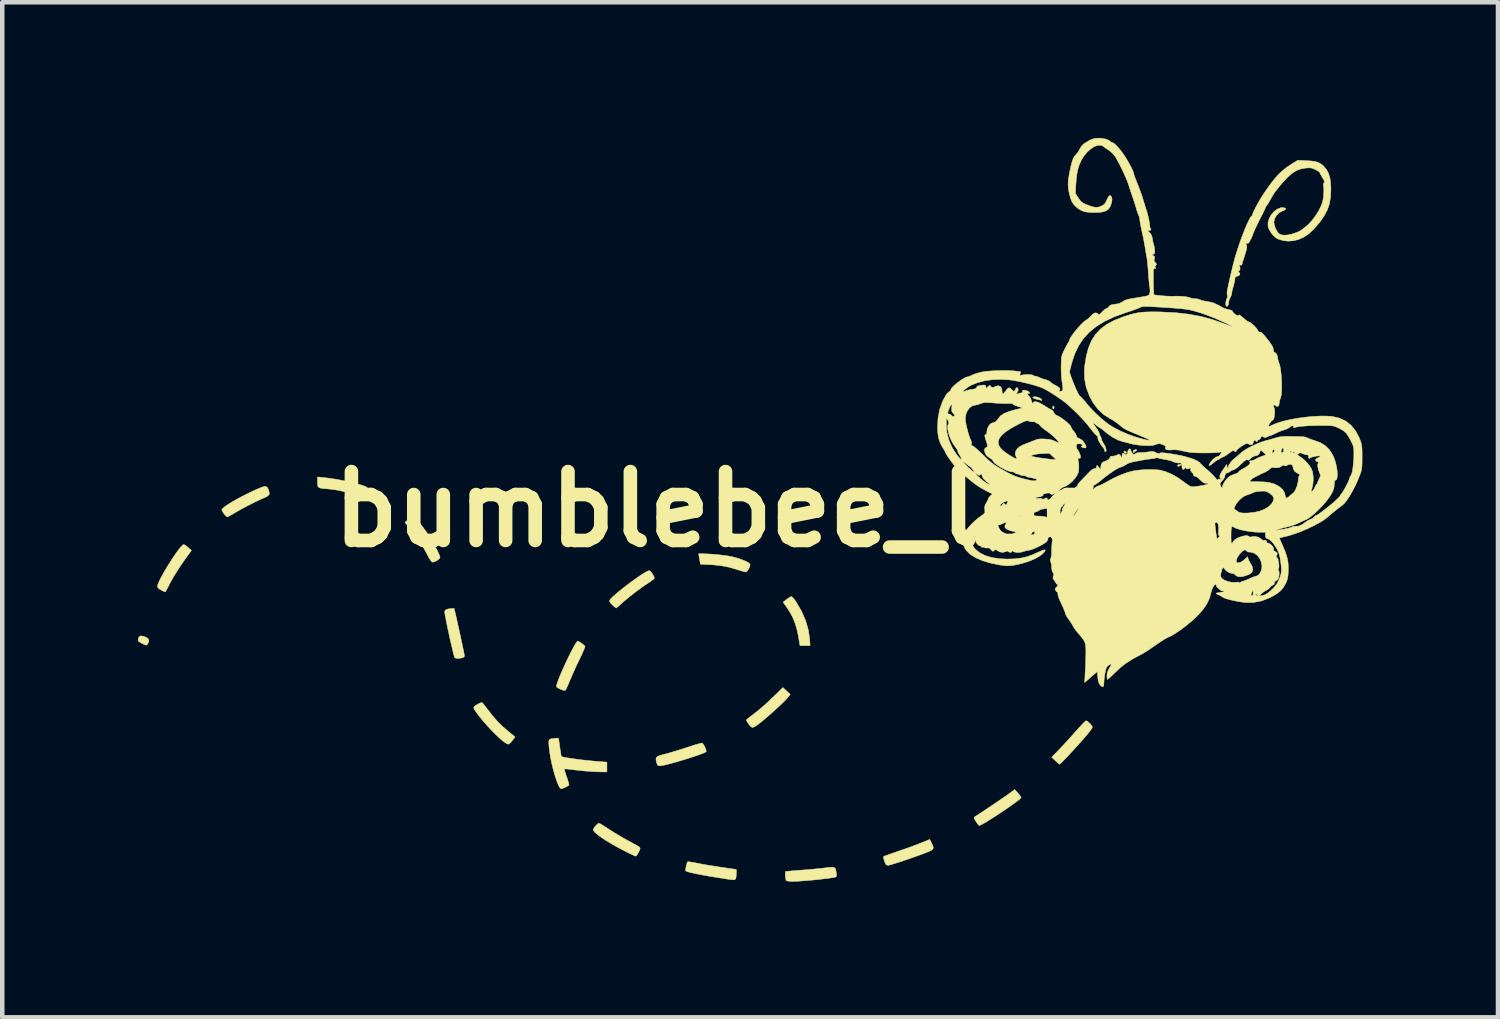
<source format=kicad_pcb>
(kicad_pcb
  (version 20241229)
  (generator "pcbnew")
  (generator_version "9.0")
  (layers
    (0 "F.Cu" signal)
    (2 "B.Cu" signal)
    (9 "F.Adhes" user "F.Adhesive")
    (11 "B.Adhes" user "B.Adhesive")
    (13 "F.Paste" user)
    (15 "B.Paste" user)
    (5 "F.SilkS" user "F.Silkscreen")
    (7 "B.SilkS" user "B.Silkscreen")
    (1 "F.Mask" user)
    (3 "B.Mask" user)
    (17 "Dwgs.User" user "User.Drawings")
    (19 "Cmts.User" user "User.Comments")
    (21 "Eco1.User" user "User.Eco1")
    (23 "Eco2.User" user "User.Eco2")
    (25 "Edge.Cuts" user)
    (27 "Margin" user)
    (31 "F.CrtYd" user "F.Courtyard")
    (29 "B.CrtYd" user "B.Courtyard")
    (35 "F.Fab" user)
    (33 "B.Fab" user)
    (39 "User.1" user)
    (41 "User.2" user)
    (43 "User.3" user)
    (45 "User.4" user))
  (footprint "bumblebee_logo"
    (layer "F.Cu")
    (at 13.539 8.213)
    (property "Reference" "bumblebee_logo" (at 0 0 0) (layer "F.SilkS") (effects (font (size 1.524 1.524) (thickness 0.3))))
    (attr through_hole)
    (fp_poly (pts (xy 6.719 -2.272) (xy 6.723 -2.252) (xy 6.715 -2.225) (xy 6.706 -2.218) (xy 6.692 -2.232) (xy 6.689 -2.252) (xy 6.696 -2.28) (xy 6.706 -2.286) (xy 6.719 -2.272)) (stroke (width 0.01) (type solid)) (fill yes) (layer "F.SilkS"))
    (fp_poly (pts (xy 8.313 -1.273) (xy 8.32 -1.262) (xy 8.317 -1.241) (xy 8.296 -1.236) (xy 8.275 -1.247) (xy 8.264 -1.272) (xy 8.28 -1.286) (xy 8.287 -1.287) (xy 8.313 -1.273)) (stroke (width 0.01) (type solid)) (fill yes) (layer "F.SilkS"))
    (fp_poly (pts (xy 9.527 -0.987) (xy 9.519 -0.977) (xy 9.491 -0.955) (xy 9.464 -0.949) (xy 9.449 -0.961) (xy 9.449 -0.965) (xy 9.461 -0.982) (xy 9.464 -0.982) (xy 9.492 -0.988) (xy 9.511 -0.994) (xy 9.532 -0.999) (xy 9.527 -0.987)) (stroke (width 0.01) (type solid)) (fill yes) (layer "F.SilkS"))
    (fp_poly (pts (xy 8.551 -1.308) (xy 8.551 -1.304) (xy 8.538 -1.289) (xy 8.526 -1.287) (xy 8.503 -1.278) (xy 8.501 -1.27) (xy 8.488 -1.254) (xy 8.484 -1.253) (xy 8.468 -1.267) (xy 8.467 -1.277) (xy 8.48 -1.302) (xy 8.493 -1.311) (xy 8.535 -1.32) (xy 8.551 -1.308)) (stroke (width 0.01) (type solid)) (fill yes) (layer "F.SilkS"))
    (fp_poly (pts (xy 6.346 -2.483) (xy 6.394 -2.466) (xy 6.433 -2.445) (xy 6.451 -2.423) (xy 6.452 -2.421) (xy 6.448 -2.407) (xy 6.447 -2.407) (xy 6.43 -2.411) (xy 6.389 -2.421) (xy 6.351 -2.429) (xy 6.295 -2.445) (xy 6.261 -2.462) (xy 6.251 -2.477) (xy 6.269 -2.487) (xy 6.299 -2.489) (xy 6.346 -2.483)) (stroke (width 0.01) (type solid)) (fill yes) (layer "F.SilkS"))
    (fp_poly (pts (xy -13.431 2.804) (xy -13.416 2.808) (xy -13.344 2.837) (xy -13.304 2.872) (xy -13.296 2.915) (xy -13.319 2.968) (xy -13.33 2.985) (xy -13.344 3.001) (xy -13.362 3.004) (xy -13.392 2.994) (xy -13.442 2.97) (xy -13.445 2.968) (xy -13.497 2.939) (xy -13.525 2.917) (xy -13.534 2.894) (xy -13.533 2.879) (xy -13.518 2.826) (xy -13.484 2.801) (xy -13.431 2.804)) (stroke (width 0.01) (type solid)) (fill yes) (layer "F.SilkS"))
    (fp_poly (pts (xy 0.935 1.944) (xy 0.967 1.979) (xy 1.005 2.03) (xy 1.015 2.045) (xy 1.138 2.256) (xy 1.229 2.467) (xy 1.289 2.677) (xy 1.316 2.866) (xy 1.326 3.014) (xy 1.102 3.014) (xy 1.092 2.951) (xy 1.061 2.772) (xy 1.025 2.62) (xy 0.983 2.488) (xy 0.931 2.368) (xy 0.868 2.254) (xy 0.803 2.157) (xy 0.729 2.053) (xy 0.808 1.992) (xy 0.855 1.958) (xy 0.894 1.936) (xy 0.913 1.93) (xy 0.935 1.944)) (stroke (width 0.01) (type solid)) (fill yes) (layer "F.SilkS"))
    (fp_poly (pts (xy 0.806 4.017) (xy 0.887 4.094) (xy 0.833 4.161) (xy 0.793 4.206) (xy 0.732 4.268) (xy 0.656 4.341) (xy 0.568 4.422) (xy 0.475 4.506) (xy 0.382 4.587) (xy 0.294 4.662) (xy 0.216 4.726) (xy 0.154 4.773) (xy 0.107 4.803) (xy 0.067 4.822) (xy 0.051 4.826) (xy 0.026 4.813) (xy -0.008 4.78) (xy -0.031 4.751) (xy -0.061 4.707) (xy -0.08 4.674) (xy -0.084 4.662) (xy -0.071 4.646) (xy -0.037 4.617) (xy 0.011 4.58) (xy 0.022 4.572) (xy 0.174 4.454) (xy 0.341 4.31) (xy 0.52 4.142) (xy 0.553 4.11) (xy 0.725 3.941) (xy 0.806 4.017)) (stroke (width 0.01) (type solid)) (fill yes) (layer "F.SilkS"))
    (fp_poly (pts (xy -12.503 0.789) (xy -12.464 0.816) (xy -12.43 0.844) (xy -12.355 0.909) (xy -12.483 1.085) (xy -12.608 1.265) (xy -12.723 1.445) (xy -12.821 1.618) (xy -12.864 1.7) (xy -12.894 1.759) (xy -12.918 1.803) (xy -12.934 1.826) (xy -12.937 1.828) (xy -12.955 1.82) (xy -12.994 1.802) (xy -13.026 1.785) (xy -13.075 1.756) (xy -13.1 1.73) (xy -13.106 1.7) (xy -13.097 1.66) (xy -13.072 1.599) (xy -13.034 1.521) (xy -12.985 1.431) (xy -12.929 1.332) (xy -12.867 1.231) (xy -12.802 1.129) (xy -12.739 1.033) (xy -12.678 0.946) (xy -12.623 0.873) (xy -12.577 0.819) (xy -12.542 0.786) (xy -12.526 0.779) (xy -12.503 0.789)) (stroke (width 0.01) (type solid)) (fill yes) (layer "F.SilkS"))
    (fp_poly (pts (xy -1.056 0.983) (xy -0.947 0.986) (xy -0.825 0.994) (xy -0.699 1.005) (xy -0.578 1.019) (xy -0.472 1.034) (xy -0.397 1.049) (xy -0.291 1.077) (xy -0.195 1.109) (xy -0.112 1.142) (xy -0.049 1.173) (xy -0.01 1.202) (xy 0 1.221) (xy -0.008 1.264) (xy -0.029 1.312) (xy -0.057 1.355) (xy -0.084 1.383) (xy -0.098 1.387) (xy -0.126 1.381) (xy -0.178 1.367) (xy -0.243 1.347) (xy -0.271 1.338) (xy -0.465 1.281) (xy -0.651 1.245) (xy -0.847 1.226) (xy -0.892 1.224) (xy -1.099 1.215) (xy -1.107 1.17) (xy -1.115 1.125) (xy -1.125 1.067) (xy -1.127 1.054) (xy -1.138 0.982) (xy -1.056 0.983)) (stroke (width 0.01) (type solid)) (fill yes) (layer "F.SilkS"))
    (fp_poly (pts (xy -9.445 -0.703) (xy -9.332 -0.69) (xy -9.206 -0.672) (xy -9.073 -0.648) (xy -8.94 -0.622) (xy -8.812 -0.593) (xy -8.697 -0.564) (xy -8.599 -0.536) (xy -8.525 -0.511) (xy -8.499 -0.499) (xy -8.465 -0.475) (xy -8.453 -0.444) (xy -8.46 -0.399) (xy -8.483 -0.343) (xy -8.502 -0.306) (xy -8.521 -0.284) (xy -8.547 -0.276) (xy -8.588 -0.281) (xy -8.65 -0.298) (xy -8.704 -0.316) (xy -8.849 -0.359) (xy -9.002 -0.397) (xy -9.151 -0.427) (xy -9.286 -0.446) (xy -9.339 -0.451) (xy -9.43 -0.458) (xy -9.494 -0.467) (xy -9.533 -0.48) (xy -9.556 -0.501) (xy -9.565 -0.534) (xy -9.567 -0.582) (xy -9.567 -0.602) (xy -9.567 -0.715) (xy -9.445 -0.703)) (stroke (width 0.01) (type solid)) (fill yes) (layer "F.SilkS"))
    (fp_poly (pts (xy -5.926 4.276) (xy -5.908 4.294) (xy -5.876 4.333) (xy -5.836 4.386) (xy -5.812 4.417) (xy -5.698 4.564) (xy -5.588 4.69) (xy -5.471 4.805) (xy -5.364 4.898) (xy -5.199 5.034) (xy -5.257 5.112) (xy -5.293 5.156) (xy -5.328 5.186) (xy -5.345 5.195) (xy -5.373 5.187) (xy -5.419 5.16) (xy -5.475 5.118) (xy -5.487 5.109) (xy -5.56 5.044) (xy -5.64 4.967) (xy -5.724 4.881) (xy -5.808 4.791) (xy -5.888 4.7) (xy -5.961 4.613) (xy -6.023 4.534) (xy -6.072 4.466) (xy -6.103 4.415) (xy -6.113 4.384) (xy -6.099 4.362) (xy -6.064 4.334) (xy -6.018 4.306) (xy -5.972 4.284) (xy -5.937 4.274) (xy -5.926 4.276)) (stroke (width 0.01) (type solid)) (fill yes) (layer "F.SilkS"))
    (fp_poly (pts (xy -7.443 0.158) (xy -7.438 0.161) (xy -7.403 0.193) (xy -7.354 0.247) (xy -7.296 0.318) (xy -7.234 0.399) (xy -7.172 0.484) (xy -7.114 0.566) (xy -7.066 0.641) (xy -7.049 0.671) (xy -6.975 0.804) (xy -6.919 0.911) (xy -6.881 0.992) (xy -6.861 1.045) (xy -6.858 1.063) (xy -6.872 1.09) (xy -6.908 1.121) (xy -6.954 1.148) (xy -7.001 1.166) (xy -7.022 1.168) (xy -7.041 1.159) (xy -7.066 1.13) (xy -7.099 1.077) (xy -7.142 0.997) (xy -7.148 0.986) (xy -7.243 0.811) (xy -7.34 0.658) (xy -7.443 0.517) (xy -7.518 0.427) (xy -7.634 0.292) (xy -7.554 0.214) (xy -7.511 0.172) (xy -7.483 0.152) (xy -7.463 0.148) (xy -7.443 0.158)) (stroke (width 0.01) (type solid)) (fill yes) (layer "F.SilkS"))
    (fp_poly (pts (xy -1.318 7.8) (xy -1.252 7.811) (xy -1.172 7.826) (xy -1.157 7.829) (xy -1.065 7.847) (xy -0.951 7.867) (xy -0.825 7.887) (xy -0.699 7.907) (xy -0.622 7.919) (xy -0.305 7.965) (xy -0.305 8.042) (xy -0.307 8.099) (xy -0.313 8.147) (xy -0.315 8.158) (xy -0.324 8.178) (xy -0.341 8.189) (xy -0.371 8.193) (xy -0.422 8.189) (xy -0.499 8.179) (xy -0.516 8.176) (xy -0.718 8.144) (xy -0.898 8.115) (xy -1.055 8.087) (xy -1.187 8.062) (xy -1.292 8.039) (xy -1.368 8.02) (xy -1.413 8.004) (xy -1.424 7.997) (xy -1.427 7.976) (xy -1.422 7.934) (xy -1.412 7.883) (xy -1.4 7.835) (xy -1.387 7.801) (xy -1.382 7.794) (xy -1.363 7.794) (xy -1.318 7.8)) (stroke (width 0.01) (type solid)) (fill yes) (layer "F.SilkS"))
    (fp_poly (pts (xy -10.696 -0.5) (xy -10.672 -0.477) (xy -10.659 -0.449) (xy -10.636 -0.382) (xy -10.635 -0.334) (xy -10.66 -0.299) (xy -10.712 -0.27) (xy -10.723 -0.265) (xy -10.829 -0.219) (xy -10.953 -0.16) (xy -11.085 -0.093) (xy -11.215 -0.025) (xy -11.331 0.04) (xy -11.374 0.065) (xy -11.443 0.106) (xy -11.502 0.139) (xy -11.544 0.161) (xy -11.563 0.169) (xy -11.582 0.157) (xy -11.613 0.126) (xy -11.632 0.103) (xy -11.662 0.06) (xy -11.681 0.023) (xy -11.684 0.011) (xy -11.669 -0.014) (xy -11.627 -0.051) (xy -11.562 -0.097) (xy -11.478 -0.15) (xy -11.378 -0.208) (xy -11.266 -0.269) (xy -11.146 -0.331) (xy -11.023 -0.391) (xy -10.899 -0.447) (xy -10.855 -0.465) (xy -10.781 -0.494) (xy -10.73 -0.506) (xy -10.696 -0.5)) (stroke (width 0.01) (type solid)) (fill yes) (layer "F.SilkS"))
    (fp_poly (pts (xy 7.453 4.685) (xy 7.488 4.712) (xy 7.526 4.749) (xy 7.556 4.787) (xy 7.569 4.816) (xy 7.569 4.818) (xy 7.559 4.841) (xy 7.532 4.882) (xy 7.493 4.933) (xy 7.482 4.948) (xy 7.426 5.014) (xy 7.359 5.091) (xy 7.285 5.175) (xy 7.207 5.261) (xy 7.129 5.347) (xy 7.053 5.428) (xy 6.984 5.501) (xy 6.925 5.562) (xy 6.88 5.608) (xy 6.851 5.634) (xy 6.842 5.638) (xy 6.826 5.627) (xy 6.793 5.599) (xy 6.752 5.561) (xy 6.67 5.483) (xy 6.836 5.311) (xy 6.907 5.236) (xy 6.991 5.145) (xy 7.08 5.047) (xy 7.166 4.952) (xy 7.202 4.911) (xy 7.268 4.837) (xy 7.328 4.772) (xy 7.377 4.721) (xy 7.412 4.688) (xy 7.428 4.676) (xy 7.453 4.685)) (stroke (width 0.01) (type solid)) (fill yes) (layer "F.SilkS"))
    (fp_poly (pts (xy -2.208 1.368) (xy -2.179 1.402) (xy -2.149 1.446) (xy -2.126 1.489) (xy -2.117 1.522) (xy -2.13 1.539) (xy -2.166 1.569) (xy -2.217 1.606) (xy -2.239 1.62) (xy -2.376 1.712) (xy -2.521 1.818) (xy -2.663 1.929) (xy -2.79 2.035) (xy -2.819 2.061) (xy -2.875 2.111) (xy -2.922 2.151) (xy -2.953 2.177) (xy -2.963 2.184) (xy -2.979 2.173) (xy -3.012 2.146) (xy -3.045 2.116) (xy -3.088 2.071) (xy -3.108 2.038) (xy -3.107 2.015) (xy -3.087 1.985) (xy -3.044 1.94) (xy -2.98 1.883) (xy -2.902 1.817) (xy -2.813 1.746) (xy -2.717 1.672) (xy -2.619 1.598) (xy -2.522 1.529) (xy -2.433 1.467) (xy -2.353 1.416) (xy -2.289 1.378) (xy -2.244 1.358) (xy -2.23 1.355) (xy -2.208 1.368)) (stroke (width 0.01) (type solid)) (fill yes) (layer "F.SilkS"))
    (fp_poly (pts (xy 5.922 6.277) (xy 5.96 6.321) (xy 5.985 6.357) (xy 5.994 6.375) (xy 5.979 6.393) (xy 5.941 6.427) (xy 5.881 6.472) (xy 5.806 6.527) (xy 5.718 6.589) (xy 5.622 6.655) (xy 5.522 6.722) (xy 5.423 6.787) (xy 5.327 6.848) (xy 5.241 6.902) (xy 5.167 6.945) (xy 5.11 6.976) (xy 5.074 6.992) (xy 5.067 6.993) (xy 5.049 6.98) (xy 5.021 6.945) (xy 4.995 6.905) (xy 4.966 6.856) (xy 4.953 6.827) (xy 4.956 6.81) (xy 4.969 6.799) (xy 5.014 6.771) (xy 5.081 6.727) (xy 5.164 6.673) (xy 5.257 6.61) (xy 5.356 6.544) (xy 5.454 6.477) (xy 5.547 6.414) (xy 5.629 6.358) (xy 5.694 6.312) (xy 5.737 6.282) (xy 5.74 6.279) (xy 5.85 6.196) (xy 5.922 6.277)) (stroke (width 0.01) (type solid)) (fill yes) (layer "F.SilkS"))
    (fp_poly (pts (xy -1.039 5.191) (xy -1.014 5.232) (xy -0.991 5.281) (xy -0.975 5.327) (xy -0.971 5.358) (xy -0.971 5.36) (xy -0.991 5.373) (xy -1.038 5.394) (xy -1.108 5.421) (xy -1.196 5.452) (xy -1.297 5.485) (xy -1.407 5.52) (xy -1.52 5.555) (xy -1.632 5.587) (xy -1.738 5.617) (xy -1.832 5.642) (xy -1.91 5.66) (xy -1.968 5.671) (xy -1.991 5.673) (xy -2.029 5.669) (xy -2.05 5.651) (xy -2.066 5.61) (xy -2.067 5.608) (xy -2.082 5.544) (xy -2.08 5.5) (xy -2.055 5.47) (xy -2.003 5.447) (xy -1.956 5.433) (xy -1.813 5.395) (xy -1.68 5.356) (xy -1.545 5.315) (xy -1.394 5.266) (xy -1.332 5.246) (xy -1.245 5.217) (xy -1.167 5.194) (xy -1.107 5.178) (xy -1.069 5.17) (xy -1.06 5.17) (xy -1.039 5.191)) (stroke (width 0.01) (type solid)) (fill yes) (layer "F.SilkS"))
    (fp_poly (pts (xy 4.007 7.372) (xy 4.037 7.433) (xy 4.051 7.477) (xy 4.044 7.51) (xy 4.015 7.537) (xy 3.959 7.565) (xy 3.895 7.591) (xy 3.821 7.62) (xy 3.73 7.653) (xy 3.629 7.69) (xy 3.522 7.727) (xy 3.414 7.763) (xy 3.311 7.798) (xy 3.218 7.827) (xy 3.141 7.851) (xy 3.084 7.867) (xy 3.054 7.874) (xy 3.052 7.874) (xy 3.016 7.864) (xy 3.001 7.853) (xy 2.987 7.827) (xy 2.972 7.784) (xy 2.958 7.737) (xy 2.95 7.698) (xy 2.95 7.678) (xy 2.95 7.678) (xy 2.967 7.671) (xy 3.012 7.655) (xy 3.078 7.631) (xy 3.162 7.602) (xy 3.259 7.568) (xy 3.282 7.56) (xy 3.396 7.521) (xy 3.514 7.479) (xy 3.626 7.438) (xy 3.723 7.401) (xy 3.789 7.375) (xy 3.971 7.301) (xy 4.007 7.372)) (stroke (width 0.01) (type solid)) (fill yes) (layer "F.SilkS"))
    (fp_poly (pts (xy -6.517 2.311) (xy -6.501 2.381) (xy -6.481 2.47) (xy -6.459 2.571) (xy -6.435 2.68) (xy -6.41 2.793) (xy -6.386 2.903) (xy -6.364 3.006) (xy -6.345 3.097) (xy -6.33 3.171) (xy -6.32 3.221) (xy -6.316 3.245) (xy -6.316 3.245) (xy -6.331 3.268) (xy -6.369 3.285) (xy -6.42 3.296) (xy -6.472 3.299) (xy -6.515 3.291) (xy -6.534 3.279) (xy -6.542 3.257) (xy -6.556 3.208) (xy -6.574 3.136) (xy -6.595 3.046) (xy -6.619 2.943) (xy -6.644 2.833) (xy -6.668 2.72) (xy -6.692 2.611) (xy -6.713 2.509) (xy -6.73 2.421) (xy -6.743 2.351) (xy -6.749 2.317) (xy -6.754 2.267) (xy -6.748 2.24) (xy -6.73 2.223) (xy -6.723 2.219) (xy -6.683 2.205) (xy -6.628 2.197) (xy -6.616 2.196) (xy -6.545 2.193) (xy -6.517 2.311)) (stroke (width 0.01) (type solid)) (fill yes) (layer "F.SilkS"))
    (fp_poly (pts (xy 1.851 7.92) (xy 1.878 7.936) (xy 1.892 7.966) (xy 1.901 8.013) (xy 1.905 8.038) (xy 1.91 8.09) (xy 1.907 8.118) (xy 1.893 8.131) (xy 1.885 8.134) (xy 1.838 8.144) (xy 1.764 8.156) (xy 1.668 8.168) (xy 1.557 8.181) (xy 1.438 8.194) (xy 1.317 8.205) (xy 1.199 8.215) (xy 1.092 8.223) (xy 1.001 8.228) (xy 0.94 8.23) (xy 0.872 8.227) (xy 0.821 8.219) (xy 0.799 8.209) (xy 0.788 8.182) (xy 0.78 8.133) (xy 0.779 8.1) (xy 0.779 8.012) (xy 0.851 8.003) (xy 0.893 7.999) (xy 0.961 7.993) (xy 1.047 7.986) (xy 1.143 7.979) (xy 1.185 7.976) (xy 1.298 7.967) (xy 1.419 7.956) (xy 1.536 7.944) (xy 1.635 7.933) (xy 1.649 7.931) (xy 1.743 7.92) (xy 1.808 7.915) (xy 1.851 7.92)) (stroke (width 0.01) (type solid)) (fill yes) (layer "F.SilkS"))
    (fp_poly (pts (xy -3.323 6.952) (xy -3.279 6.976) (xy -3.219 7.013) (xy -3.148 7.059) (xy -3.122 7.077) (xy -3.027 7.137) (xy -2.916 7.205) (xy -2.801 7.272) (xy -2.697 7.33) (xy -2.692 7.332) (xy -2.611 7.376) (xy -2.54 7.416) (xy -2.484 7.448) (xy -2.45 7.469) (xy -2.443 7.474) (xy -2.433 7.492) (xy -2.438 7.522) (xy -2.459 7.571) (xy -2.465 7.583) (xy -2.492 7.63) (xy -2.516 7.662) (xy -2.53 7.671) (xy -2.551 7.663) (xy -2.597 7.643) (xy -2.661 7.613) (xy -2.737 7.575) (xy -2.769 7.559) (xy -2.92 7.48) (xy -3.059 7.402) (xy -3.182 7.328) (xy -3.286 7.259) (xy -3.37 7.198) (xy -3.431 7.146) (xy -3.465 7.105) (xy -3.471 7.084) (xy -3.46 7.057) (xy -3.433 7.019) (xy -3.398 6.981) (xy -3.365 6.952) (xy -3.344 6.943) (xy -3.323 6.952)) (stroke (width 0.01) (type solid)) (fill yes) (layer "F.SilkS"))
    (fp_poly (pts (xy -3.79 2.922) (xy -3.753 2.946) (xy -3.711 2.976) (xy -3.674 3.006) (xy -3.652 3.027) (xy -3.651 3.028) (xy -3.655 3.048) (xy -3.672 3.093) (xy -3.699 3.158) (xy -3.736 3.238) (xy -3.776 3.322) (xy -3.828 3.429) (xy -3.881 3.545) (xy -3.931 3.657) (xy -3.974 3.756) (xy -3.993 3.8) (xy -4.024 3.877) (xy -4.053 3.94) (xy -4.075 3.985) (xy -4.089 4.006) (xy -4.09 4.006) (xy -4.12 4.005) (xy -4.132 4.002) (xy -4.198 3.978) (xy -4.249 3.952) (xy -4.279 3.929) (xy -4.284 3.919) (xy -4.277 3.88) (xy -4.257 3.818) (xy -4.227 3.738) (xy -4.189 3.645) (xy -4.144 3.541) (xy -4.095 3.433) (xy -4.044 3.324) (xy -3.993 3.219) (xy -3.944 3.123) (xy -3.899 3.04) (xy -3.861 2.974) (xy -3.831 2.93) (xy -3.812 2.913) (xy -3.811 2.913) (xy -3.79 2.922)) (stroke (width 0.01) (type solid)) (fill yes) (layer "F.SilkS"))
    (fp_poly (pts (xy -4.237 5.065) (xy -4.233 5.068) (xy -4.231 5.095) (xy -4.225 5.144) (xy -4.216 5.208) (xy -4.206 5.279) (xy -4.196 5.348) (xy -4.186 5.408) (xy -4.179 5.45) (xy -4.175 5.466) (xy -4.151 5.475) (xy -4.098 5.487) (xy -4.022 5.5) (xy -3.926 5.514) (xy -3.817 5.529) (xy -3.698 5.544) (xy -3.576 5.557) (xy -3.454 5.569) (xy -3.338 5.579) (xy -3.315 5.581) (xy -3.167 5.591) (xy -3.167 5.808) (xy -3.289 5.808) (xy -3.389 5.805) (xy -3.512 5.798) (xy -3.647 5.788) (xy -3.783 5.775) (xy -3.909 5.76) (xy -3.949 5.755) (xy -4.016 5.747) (xy -4.07 5.742) (xy -4.102 5.742) (xy -4.107 5.743) (xy -4.105 5.762) (xy -4.094 5.806) (xy -4.075 5.867) (xy -4.057 5.919) (xy -4.033 5.989) (xy -4.016 6.048) (xy -4.007 6.088) (xy -4.007 6.1) (xy -4.029 6.117) (xy -4.07 6.139) (xy -4.117 6.161) (xy -4.159 6.176) (xy -4.178 6.18) (xy -4.199 6.167) (xy -4.223 6.134) (xy -4.223 6.134) (xy -4.267 6.035) (xy -4.31 5.91) (xy -4.351 5.767) (xy -4.388 5.616) (xy -4.418 5.463) (xy -4.44 5.318) (xy -4.447 5.249) (xy -4.452 5.179) (xy -4.452 5.134) (xy -4.446 5.108) (xy -4.434 5.091) (xy -4.427 5.086) (xy -4.401 5.076) (xy -4.358 5.068) (xy -4.308 5.063) (xy -4.265 5.061) (xy -4.237 5.065)) (stroke (width 0.01) (type solid)) (fill yes) (layer "F.SilkS"))
    (fp_poly (pts (xy 12.282 -7.711) (xy 12.396 -7.704) (xy 12.484 -7.693) (xy 12.551 -7.676) (xy 12.606 -7.65) (xy 12.654 -7.615) (xy 12.685 -7.586) (xy 12.748 -7.511) (xy 12.793 -7.425) (xy 12.823 -7.323) (xy 12.84 -7.2) (xy 12.844 -7.07) (xy 12.836 -6.902) (xy 12.811 -6.755) (xy 12.764 -6.62) (xy 12.694 -6.488) (xy 12.598 -6.351) (xy 12.575 -6.322) (xy 12.461 -6.192) (xy 12.353 -6.092) (xy 12.244 -6.018) (xy 12.131 -5.968) (xy 12.017 -5.939) (xy 11.897 -5.93) (xy 11.78 -5.944) (xy 11.676 -5.977) (xy 11.63 -6.003) (xy 11.568 -6.057) (xy 11.512 -6.129) (xy 11.47 -6.207) (xy 11.453 -6.261) (xy 11.453 -6.344) (xy 11.478 -6.43) (xy 11.524 -6.512) (xy 11.585 -6.583) (xy 11.656 -6.637) (xy 11.732 -6.668) (xy 11.771 -6.672) (xy 11.823 -6.665) (xy 11.845 -6.65) (xy 11.836 -6.628) (xy 11.797 -6.605) (xy 11.769 -6.596) (xy 11.702 -6.56) (xy 11.643 -6.502) (xy 11.601 -6.43) (xy 11.583 -6.356) (xy 11.583 -6.347) (xy 11.593 -6.284) (xy 11.62 -6.211) (xy 11.656 -6.142) (xy 11.688 -6.1) (xy 11.736 -6.072) (xy 11.806 -6.062) (xy 11.894 -6.068) (xy 11.992 -6.089) (xy 12.096 -6.126) (xy 12.16 -6.156) (xy 12.199 -6.181) (xy 12.253 -6.222) (xy 12.313 -6.271) (xy 12.334 -6.289) (xy 12.419 -6.378) (xy 12.503 -6.489) (xy 12.578 -6.609) (xy 12.635 -6.728) (xy 12.655 -6.782) (xy 12.669 -6.844) (xy 12.68 -6.921) (xy 12.687 -7.003) (xy 12.688 -7.078) (xy 12.683 -7.137) (xy 12.678 -7.157) (xy 12.677 -7.199) (xy 12.69 -7.218) (xy 12.702 -7.235) (xy 12.7 -7.257) (xy 12.684 -7.291) (xy 12.657 -7.334) (xy 12.627 -7.385) (xy 12.606 -7.425) (xy 12.599 -7.445) (xy 12.585 -7.463) (xy 12.548 -7.488) (xy 12.504 -7.511) (xy 12.448 -7.536) (xy 12.401 -7.549) (xy 12.349 -7.551) (xy 12.295 -7.547) (xy 12.185 -7.529) (xy 12.085 -7.493) (xy 11.99 -7.433) (xy 11.891 -7.348) (xy 11.864 -7.32) (xy 11.823 -7.278) (xy 11.785 -7.236) (xy 11.744 -7.188) (xy 11.695 -7.128) (xy 11.633 -7.049) (xy 11.606 -7.015) (xy 11.576 -6.972) (xy 11.54 -6.912) (xy 11.504 -6.847) (xy 11.503 -6.846) (xy 11.471 -6.788) (xy 11.442 -6.741) (xy 11.422 -6.714) (xy 11.42 -6.712) (xy 11.399 -6.685) (xy 11.396 -6.672) (xy 11.389 -6.651) (xy 11.368 -6.605) (xy 11.337 -6.541) (xy 11.298 -6.465) (xy 11.28 -6.429) (xy 11.234 -6.339) (xy 11.191 -6.25) (xy 11.154 -6.169) (xy 11.128 -6.107) (xy 11.124 -6.096) (xy 11.102 -6.036) (xy 11.081 -5.987) (xy 11.066 -5.961) (xy 11.042 -5.922) (xy 11.035 -5.904) (xy 11.015 -5.882) (xy 10.99 -5.884) (xy 10.967 -5.889) (xy 10.965 -5.876) (xy 10.975 -5.852) (xy 10.984 -5.823) (xy 10.983 -5.787) (xy 10.973 -5.734) (xy 10.957 -5.677) (xy 10.937 -5.609) (xy 10.918 -5.549) (xy 10.903 -5.508) (xy 10.901 -5.503) (xy 10.886 -5.458) (xy 10.881 -5.427) (xy 10.872 -5.402) (xy 10.84 -5.398) (xy 10.838 -5.398) (xy 10.81 -5.398) (xy 10.811 -5.388) (xy 10.817 -5.382) (xy 10.834 -5.347) (xy 10.835 -5.307) (xy 10.818 -5.277) (xy 10.81 -5.271) (xy 10.791 -5.261) (xy 10.801 -5.247) (xy 10.812 -5.239) (xy 10.833 -5.21) (xy 10.824 -5.181) (xy 10.788 -5.159) (xy 10.771 -5.154) (xy 10.734 -5.141) (xy 10.722 -5.115) (xy 10.722 -5.099) (xy 10.718 -5.061) (xy 10.705 -5.003) (xy 10.688 -4.938) (xy 10.687 -4.936) (xy 10.669 -4.872) (xy 10.656 -4.816) (xy 10.651 -4.781) (xy 10.651 -4.78) (xy 10.643 -4.741) (xy 10.623 -4.692) (xy 10.617 -4.682) (xy 10.595 -4.633) (xy 10.584 -4.588) (xy 10.583 -4.581) (xy 10.577 -4.529) (xy 10.563 -4.497) (xy 10.542 -4.488) (xy 10.523 -4.505) (xy 10.518 -4.533) (xy 10.52 -4.575) (xy 10.528 -4.621) (xy 10.539 -4.658) (xy 10.551 -4.674) (xy 10.552 -4.674) (xy 10.561 -4.687) (xy 10.556 -4.712) (xy 10.548 -4.758) (xy 10.547 -4.801) (xy 10.552 -4.838) (xy 10.565 -4.902) (xy 10.583 -4.987) (xy 10.605 -5.086) (xy 10.629 -5.192) (xy 10.655 -5.3) (xy 10.68 -5.403) (xy 10.704 -5.495) (xy 10.724 -5.571) (xy 10.729 -5.588) (xy 10.77 -5.718) (xy 10.813 -5.85) (xy 10.859 -5.98) (xy 10.905 -6.102) (xy 10.95 -6.215) (xy 10.992 -6.313) (xy 11.029 -6.392) (xy 11.061 -6.45) (xy 11.084 -6.481) (xy 11.093 -6.485) (xy 11.106 -6.499) (xy 11.108 -6.514) (xy 11.117 -6.543) (xy 11.14 -6.595) (xy 11.174 -6.664) (xy 11.217 -6.743) (xy 11.264 -6.827) (xy 11.313 -6.909) (xy 11.361 -6.983) (xy 11.366 -6.991) (xy 11.472 -7.144) (xy 11.568 -7.271) (xy 11.658 -7.377) (xy 11.748 -7.466) (xy 11.841 -7.544) (xy 11.942 -7.615) (xy 11.977 -7.637) (xy 12.109 -7.718) (xy 12.282 -7.711)) (stroke (width 0.01) (type solid)) (fill yes) (layer "F.SilkS"))
    (fp_poly (pts (xy 7.801 -8.2) (xy 7.874 -8.185) (xy 7.93 -8.162) (xy 7.955 -8.143) (xy 7.987 -8.118) (xy 8.01 -8.111) (xy 8.039 -8.098) (xy 8.083 -8.061) (xy 8.135 -8.007) (xy 8.192 -7.939) (xy 8.249 -7.863) (xy 8.274 -7.825) (xy 8.326 -7.744) (xy 8.375 -7.661) (xy 8.418 -7.58) (xy 8.453 -7.51) (xy 8.475 -7.456) (xy 8.482 -7.429) (xy 8.489 -7.4) (xy 8.506 -7.349) (xy 8.531 -7.285) (xy 8.541 -7.259) (xy 8.611 -7.083) (xy 8.669 -6.92) (xy 8.711 -6.782) (xy 8.731 -6.716) (xy 8.75 -6.653) (xy 8.762 -6.621) (xy 8.779 -6.566) (xy 8.798 -6.494) (xy 8.816 -6.416) (xy 8.83 -6.341) (xy 8.838 -6.283) (xy 8.839 -6.262) (xy 8.845 -6.225) (xy 8.856 -6.206) (xy 8.867 -6.188) (xy 8.852 -6.171) (xy 8.819 -6.164) (xy 8.8 -6.161) (xy 8.802 -6.15) (xy 8.827 -6.124) (xy 8.835 -6.117) (xy 8.869 -6.076) (xy 8.889 -6.023) (xy 8.897 -5.979) (xy 8.906 -5.922) (xy 8.917 -5.877) (xy 8.923 -5.86) (xy 8.932 -5.829) (xy 8.941 -5.777) (xy 8.945 -5.743) (xy 8.948 -5.69) (xy 8.944 -5.66) (xy 8.929 -5.645) (xy 8.918 -5.64) (xy 8.883 -5.627) (xy 8.92 -5.607) (xy 8.945 -5.588) (xy 8.946 -5.561) (xy 8.94 -5.543) (xy 8.932 -5.506) (xy 8.946 -5.475) (xy 8.961 -5.457) (xy 8.986 -5.428) (xy 8.988 -5.41) (xy 8.972 -5.395) (xy 8.953 -5.37) (xy 8.961 -5.344) (xy 8.97 -5.322) (xy 8.954 -5.321) (xy 8.947 -5.324) (xy 8.935 -5.325) (xy 8.927 -5.32) (xy 8.922 -5.302) (xy 8.919 -5.267) (xy 8.917 -5.211) (xy 8.917 -5.13) (xy 8.917 -5.045) (xy 8.919 -4.95) (xy 8.921 -4.866) (xy 8.924 -4.8) (xy 8.928 -4.758) (xy 8.931 -4.745) (xy 8.951 -4.74) (xy 8.997 -4.734) (xy 9.059 -4.727) (xy 9.131 -4.721) (xy 9.203 -4.715) (xy 9.268 -4.712) (xy 9.317 -4.711) (xy 9.33 -4.711) (xy 9.428 -4.714) (xy 9.525 -4.711) (xy 9.612 -4.704) (xy 9.68 -4.693) (xy 9.71 -4.684) (xy 9.772 -4.665) (xy 9.838 -4.657) (xy 9.845 -4.657) (xy 9.898 -4.651) (xy 9.942 -4.638) (xy 9.949 -4.634) (xy 9.983 -4.62) (xy 10.038 -4.607) (xy 10.09 -4.6) (xy 10.234 -4.569) (xy 10.373 -4.506) (xy 10.414 -4.48) (xy 10.465 -4.453) (xy 10.531 -4.43) (xy 10.571 -4.42) (xy 10.628 -4.405) (xy 10.662 -4.388) (xy 10.668 -4.378) (xy 10.68 -4.355) (xy 10.708 -4.326) (xy 10.743 -4.3) (xy 10.775 -4.283) (xy 10.794 -4.283) (xy 10.795 -4.284) (xy 10.807 -4.297) (xy 10.824 -4.297) (xy 10.851 -4.279) (xy 10.894 -4.243) (xy 10.914 -4.225) (xy 10.959 -4.186) (xy 10.997 -4.159) (xy 11.017 -4.149) (xy 11.049 -4.137) (xy 11.093 -4.106) (xy 11.141 -4.064) (xy 11.184 -4.018) (xy 11.214 -3.977) (xy 11.217 -3.971) (xy 11.244 -3.928) (xy 11.269 -3.918) (xy 11.271 -3.919) (xy 11.289 -3.919) (xy 11.313 -3.905) (xy 11.345 -3.874) (xy 11.39 -3.823) (xy 11.449 -3.748) (xy 11.476 -3.713) (xy 11.527 -3.643) (xy 11.557 -3.59) (xy 11.571 -3.547) (xy 11.573 -3.53) (xy 11.579 -3.49) (xy 11.592 -3.472) (xy 11.594 -3.471) (xy 11.622 -3.457) (xy 11.648 -3.42) (xy 11.664 -3.373) (xy 11.667 -3.348) (xy 11.674 -3.302) (xy 11.692 -3.247) (xy 11.699 -3.229) (xy 11.716 -3.173) (xy 11.731 -3.093) (xy 11.742 -2.996) (xy 11.75 -2.89) (xy 11.755 -2.781) (xy 11.755 -2.676) (xy 11.751 -2.584) (xy 11.743 -2.51) (xy 11.73 -2.462) (xy 11.729 -2.46) (xy 11.709 -2.404) (xy 11.701 -2.346) (xy 11.692 -2.296) (xy 11.669 -2.273) (xy 11.634 -2.281) (xy 11.617 -2.294) (xy 11.589 -2.308) (xy 11.57 -2.3) (xy 11.57 -2.278) (xy 11.58 -2.264) (xy 11.593 -2.236) (xy 11.599 -2.189) (xy 11.6 -2.132) (xy 11.596 -2.073) (xy 11.587 -2.021) (xy 11.575 -1.985) (xy 11.56 -1.973) (xy 11.559 -1.974) (xy 11.541 -1.964) (xy 11.513 -1.933) (xy 11.494 -1.905) (xy 11.469 -1.858) (xy 11.465 -1.835) (xy 11.484 -1.834) (xy 11.53 -1.853) (xy 11.548 -1.862) (xy 11.651 -1.906) (xy 11.782 -1.946) (xy 11.932 -1.982) (xy 12.096 -2.012) (xy 12.267 -2.036) (xy 12.438 -2.053) (xy 12.601 -2.062) (xy 12.751 -2.062) (xy 12.88 -2.052) (xy 13.035 -2.016) (xy 13.171 -1.951) (xy 13.289 -1.859) (xy 13.387 -1.738) (xy 13.468 -1.589) (xy 13.505 -1.49) (xy 13.518 -1.444) (xy 13.527 -1.394) (xy 13.532 -1.331) (xy 13.534 -1.248) (xy 13.534 -1.143) (xy 13.533 -1.042) (xy 13.531 -0.968) (xy 13.526 -0.91) (xy 13.517 -0.862) (xy 13.504 -0.815) (xy 13.485 -0.761) (xy 13.481 -0.751) (xy 13.434 -0.633) (xy 13.378 -0.513) (xy 13.318 -0.398) (xy 13.257 -0.292) (xy 13.198 -0.203) (xy 13.145 -0.135) (xy 13.109 -0.101) (xy 13 -0.017) (xy 12.913 0.052) (xy 12.842 0.11) (xy 12.782 0.162) (xy 12.772 0.171) (xy 12.695 0.231) (xy 12.59 0.296) (xy 12.467 0.362) (xy 12.331 0.427) (xy 12.19 0.488) (xy 12.049 0.54) (xy 11.917 0.582) (xy 11.866 0.595) (xy 11.798 0.611) (xy 11.744 0.625) (xy 11.712 0.633) (xy 11.706 0.635) (xy 11.71 0.65) (xy 11.727 0.69) (xy 11.751 0.748) (xy 11.777 0.805) (xy 11.83 0.931) (xy 11.867 1.038) (xy 11.89 1.135) (xy 11.901 1.233) (xy 11.902 1.34) (xy 11.901 1.363) (xy 11.897 1.447) (xy 11.89 1.508) (xy 11.878 1.559) (xy 11.857 1.61) (xy 11.84 1.647) (xy 11.793 1.728) (xy 11.736 1.797) (xy 11.662 1.858) (xy 11.567 1.917) (xy 11.489 1.957) (xy 11.315 2.025) (xy 11.134 2.06) (xy 10.961 2.062) (xy 10.888 2.054) (xy 10.803 2.041) (xy 10.713 2.023) (xy 10.626 2.003) (xy 10.549 1.983) (xy 10.491 1.963) (xy 10.457 1.947) (xy 10.456 1.946) (xy 10.419 1.921) (xy 10.368 1.894) (xy 10.355 1.888) (xy 10.334 1.878) (xy 11.078 1.878) (xy 11.081 1.907) (xy 11.1 1.913) (xy 11.118 1.902) (xy 11.12 1.888) (xy 11.18 1.888) (xy 11.197 1.908) (xy 11.213 1.913) (xy 11.22 1.904) (xy 11.21 1.888) (xy 11.189 1.87) (xy 11.18 1.87) (xy 11.18 1.888) (xy 11.12 1.888) (xy 11.124 1.864) (xy 11.125 1.85) (xy 11.124 1.786) (xy 11.1 1.829) (xy 11.078 1.878) (xy 10.334 1.878) (xy 10.317 1.871) (xy 10.305 1.859) (xy 10.319 1.851) (xy 10.364 1.843) (xy 10.401 1.838) (xy 10.448 1.828) (xy 10.477 1.816) (xy 10.482 1.81) (xy 10.469 1.8) (xy 10.449 1.803) (xy 10.415 1.801) (xy 10.403 1.79) (xy 10.377 1.764) (xy 10.351 1.746) (xy 10.321 1.719) (xy 10.312 1.693) (xy 10.306 1.663) (xy 10.29 1.659) (xy 10.267 1.677) (xy 10.242 1.711) (xy 10.218 1.758) (xy 10.2 1.812) (xy 10.196 1.832) (xy 10.162 1.958) (xy 10.106 2.082) (xy 10.025 2.204) (xy 9.918 2.329) (xy 9.783 2.458) (xy 9.618 2.593) (xy 9.566 2.632) (xy 9.49 2.687) (xy 9.413 2.738) (xy 9.345 2.78) (xy 9.296 2.807) (xy 9.243 2.831) (xy 9.202 2.851) (xy 9.184 2.86) (xy 9.157 2.876) (xy 9.11 2.907) (xy 9.049 2.947) (xy 8.981 2.993) (xy 8.914 3.039) (xy 8.853 3.081) (xy 8.814 3.109) (xy 8.757 3.146) (xy 8.684 3.19) (xy 8.608 3.231) (xy 8.594 3.238) (xy 8.437 3.323) (xy 8.302 3.411) (xy 8.178 3.51) (xy 8.066 3.615) (xy 8.007 3.672) (xy 7.957 3.719) (xy 7.92 3.751) (xy 7.901 3.763) (xy 7.9 3.763) (xy 7.895 3.742) (xy 7.891 3.699) (xy 7.891 3.675) (xy 7.899 3.608) (xy 7.926 3.543) (xy 7.943 3.515) (xy 7.97 3.47) (xy 7.986 3.439) (xy 7.989 3.429) (xy 7.968 3.429) (xy 7.934 3.446) (xy 7.901 3.472) (xy 7.885 3.492) (xy 7.87 3.529) (xy 7.855 3.59) (xy 7.841 3.666) (xy 7.83 3.748) (xy 7.824 3.825) (xy 7.823 3.862) (xy 7.817 3.911) (xy 7.798 3.928) (xy 7.768 3.914) (xy 7.74 3.884) (xy 7.715 3.843) (xy 7.698 3.79) (xy 7.688 3.717) (xy 7.684 3.66) (xy 7.679 3.587) (xy 7.538 3.709) (xy 7.398 3.831) (xy 7.411 3.579) (xy 7.417 3.47) (xy 7.421 3.355) (xy 7.424 3.246) (xy 7.425 3.157) (xy 7.425 3.148) (xy 7.424 3.063) (xy 7.417 2.996) (xy 7.402 2.941) (xy 7.374 2.888) (xy 7.33 2.829) (xy 7.267 2.755) (xy 7.257 2.744) (xy 7.21 2.687) (xy 7.167 2.627) (xy 7.144 2.587) (xy 7.113 2.533) (xy 7.071 2.47) (xy 7.042 2.429) (xy 7.008 2.381) (xy 6.984 2.341) (xy 6.977 2.32) (xy 6.97 2.292) (xy 6.951 2.241) (xy 6.925 2.176) (xy 6.893 2.106) (xy 6.861 2.038) (xy 6.848 2.013) (xy 6.824 1.956) (xy 6.809 1.902) (xy 6.807 1.881) (xy 6.803 1.845) (xy 6.792 1.829) (xy 6.791 1.829) (xy 6.771 1.816) (xy 6.755 1.792) (xy 6.744 1.761) (xy 6.759 1.736) (xy 6.771 1.726) (xy 6.799 1.695) (xy 6.807 1.671) (xy 6.791 1.66) (xy 6.79 1.659) (xy 6.77 1.646) (xy 6.762 1.63) (xy 6.743 1.595) (xy 6.719 1.564) (xy 6.698 1.532) (xy 6.701 1.499) (xy 6.707 1.486) (xy 6.709 1.477) (xy 10.404 1.477) (xy 10.406 1.49) (xy 10.434 1.53) (xy 10.488 1.566) (xy 10.559 1.594) (xy 10.638 1.612) (xy 10.718 1.617) (xy 10.747 1.614) (xy 10.795 1.61) (xy 10.817 1.617) (xy 10.821 1.628) (xy 10.826 1.638) (xy 10.839 1.621) (xy 10.867 1.597) (xy 10.887 1.592) (xy 10.916 1.585) (xy 10.966 1.567) (xy 11.028 1.541) (xy 11.048 1.532) (xy 11.111 1.505) (xy 11.165 1.484) (xy 11.201 1.474) (xy 11.207 1.473) (xy 11.233 1.46) (xy 11.266 1.427) (xy 11.277 1.412) (xy 11.311 1.336) (xy 11.319 1.252) (xy 11.304 1.168) (xy 11.27 1.089) (xy 11.219 1.022) (xy 11.155 0.973) (xy 11.081 0.95) (xy 11.059 0.948) (xy 11.003 0.942) (xy 10.979 0.923) (xy 10.956 0.899) (xy 10.921 0.903) (xy 10.876 0.935) (xy 10.825 0.991) (xy 10.781 1.055) (xy 10.756 1.112) (xy 10.751 1.155) (xy 10.767 1.181) (xy 10.788 1.185) (xy 10.847 1.171) (xy 10.914 1.129) (xy 10.949 1.097) (xy 11.002 1.047) (xy 11.013 1.091) (xy 11.03 1.132) (xy 11.057 1.182) (xy 11.065 1.194) (xy 11.107 1.271) (xy 11.119 1.335) (xy 11.101 1.388) (xy 11.051 1.432) (xy 10.969 1.466) (xy 10.912 1.481) (xy 10.851 1.492) (xy 10.807 1.491) (xy 10.771 1.48) (xy 10.736 1.46) (xy 10.719 1.442) (xy 10.719 1.44) (xy 10.704 1.427) (xy 10.676 1.422) (xy 10.61 1.408) (xy 10.544 1.371) (xy 10.502 1.33) (xy 10.476 1.3) (xy 10.46 1.287) (xy 10.459 1.287) (xy 10.447 1.302) (xy 10.432 1.339) (xy 10.418 1.388) (xy 10.408 1.438) (xy 10.404 1.477) (xy 6.709 1.477) (xy 6.717 1.45) (xy 6.706 1.415) (xy 6.695 1.395) (xy 6.683 1.375) (xy 6.675 1.349) (xy 6.67 1.313) (xy 6.666 1.262) (xy 6.665 1.189) (xy 6.665 1.09) (xy 6.665 1.042) (xy 6.667 0.923) (xy 6.671 0.818) (xy 6.677 0.734) (xy 6.685 0.675) (xy 6.688 0.66) (xy 6.703 0.6) (xy 6.715 0.543) (xy 6.717 0.529) (xy 6.727 0.492) (xy 6.74 0.474) (xy 6.741 0.474) (xy 6.75 0.459) (xy 6.756 0.421) (xy 6.756 0.397) (xy 6.762 0.339) (xy 6.769 0.316) (xy 10.279 0.316) (xy 10.281 0.344) (xy 10.286 0.394) (xy 10.294 0.455) (xy 10.302 0.519) (xy 10.311 0.578) (xy 10.318 0.622) (xy 10.322 0.643) (xy 10.323 0.643) (xy 10.339 0.638) (xy 10.353 0.633) (xy 10.374 0.615) (xy 10.38 0.591) (xy 10.369 0.576) (xy 10.364 0.576) (xy 10.359 0.565) (xy 10.635 0.565) (xy 10.635 0.632) (xy 10.637 0.693) (xy 10.64 0.739) (xy 10.646 0.761) (xy 10.647 0.762) (xy 10.663 0.748) (xy 10.677 0.724) (xy 10.715 0.676) (xy 10.781 0.633) (xy 10.869 0.601) (xy 10.895 0.594) (xy 10.953 0.583) (xy 10.99 0.582) (xy 11.018 0.591) (xy 11.032 0.6) (xy 11.064 0.614) (xy 11.082 0.611) (xy 11.103 0.604) (xy 11.145 0.601) (xy 11.169 0.602) (xy 11.237 0.615) (xy 11.289 0.647) (xy 11.295 0.653) (xy 11.329 0.679) (xy 11.355 0.689) (xy 11.359 0.688) (xy 11.388 0.683) (xy 11.415 0.696) (xy 11.424 0.718) (xy 11.423 0.722) (xy 11.428 0.741) (xy 11.449 0.745) (xy 11.487 0.758) (xy 11.527 0.789) (xy 11.561 0.829) (xy 11.577 0.867) (xy 11.577 0.882) (xy 11.58 0.913) (xy 11.607 0.931) (xy 11.649 0.955) (xy 11.659 0.985) (xy 11.646 1.016) (xy 11.634 1.045) (xy 11.644 1.063) (xy 11.65 1.067) (xy 11.672 1.095) (xy 11.679 1.121) (xy 11.685 1.164) (xy 11.693 1.218) (xy 11.694 1.224) (xy 11.696 1.278) (xy 11.685 1.311) (xy 11.675 1.336) (xy 11.683 1.346) (xy 11.696 1.37) (xy 11.7 1.416) (xy 11.697 1.469) (xy 11.686 1.519) (xy 11.681 1.532) (xy 11.654 1.568) (xy 11.624 1.585) (xy 11.596 1.602) (xy 11.595 1.627) (xy 11.591 1.656) (xy 11.56 1.675) (xy 11.52 1.7) (xy 11.498 1.726) (xy 11.47 1.757) (xy 11.428 1.785) (xy 11.425 1.786) (xy 11.377 1.813) (xy 11.325 1.851) (xy 11.312 1.862) (xy 11.278 1.893) (xy 11.268 1.908) (xy 11.28 1.913) (xy 11.291 1.913) (xy 11.333 1.907) (xy 11.383 1.891) (xy 11.388 1.889) (xy 11.445 1.855) (xy 11.511 1.802) (xy 11.577 1.738) (xy 11.632 1.672) (xy 11.656 1.637) (xy 11.685 1.579) (xy 11.714 1.509) (xy 11.727 1.469) (xy 11.741 1.422) (xy 11.748 1.379) (xy 11.75 1.332) (xy 11.746 1.27) (xy 11.737 1.19) (xy 11.719 1.068) (xy 11.693 0.969) (xy 11.653 0.88) (xy 11.597 0.791) (xy 11.57 0.754) (xy 11.513 0.691) (xy 11.46 0.656) (xy 11.451 0.653) (xy 11.415 0.638) (xy 11.399 0.615) (xy 11.396 0.572) (xy 11.396 0.508) (xy 11.256 0.508) (xy 11.156 0.503) (xy 11.046 0.491) (xy 10.936 0.472) (xy 10.836 0.449) (xy 10.755 0.423) (xy 10.725 0.41) (xy 10.655 0.374) (xy 10.645 0.411) (xy 10.639 0.446) (xy 10.636 0.501) (xy 10.635 0.565) (xy 10.359 0.565) (xy 10.356 0.56) (xy 10.355 0.52) (xy 10.358 0.493) (xy 10.362 0.409) (xy 10.355 0.343) (xy 10.337 0.302) (xy 10.312 0.288) (xy 10.284 0.3) (xy 10.279 0.316) (xy 6.769 0.316) (xy 6.777 0.284) (xy 6.798 0.241) (xy 6.82 0.221) (xy 6.825 0.22) (xy 6.836 0.205) (xy 6.841 0.172) (xy 6.847 0.143) (xy 7.146 0.143) (xy 7.151 0.152) (xy 7.166 0.137) (xy 7.195 0.096) (xy 7.212 0.07) (xy 7.245 0.015) (xy 7.262 -0.017) (xy 7.261 -0.018) (xy 10.703 -0.018) (xy 10.711 -0.004) (xy 10.724 0.006) (xy 10.762 0.032) (xy 10.791 0.055) (xy 10.836 0.075) (xy 10.91 0.084) (xy 11.011 0.082) (xy 11.136 0.069) (xy 11.151 0.067) (xy 11.268 0.041) (xy 11.376 -0.002) (xy 11.466 -0.057) (xy 11.531 -0.121) (xy 11.533 -0.124) (xy 11.572 -0.19) (xy 11.58 -0.246) (xy 11.557 -0.295) (xy 11.502 -0.345) (xy 11.491 -0.352) (xy 11.445 -0.381) (xy 11.409 -0.397) (xy 11.369 -0.403) (xy 11.313 -0.402) (xy 11.282 -0.4) (xy 11.208 -0.392) (xy 11.148 -0.379) (xy 11.117 -0.366) (xy 11.075 -0.345) (xy 11.019 -0.325) (xy 10.995 -0.319) (xy 10.912 -0.283) (xy 10.832 -0.22) (xy 10.763 -0.139) (xy 10.733 -0.089) (xy 10.71 -0.044) (xy 10.703 -0.018) (xy 7.261 -0.018) (xy 7.26 -0.025) (xy 7.243 -0.006) (xy 7.209 0.041) (xy 7.205 0.046) (xy 7.174 0.093) (xy 7.153 0.129) (xy 7.146 0.143) (xy 6.847 0.143) (xy 6.852 0.123) (xy 6.876 0.079) (xy 6.897 0.044) (xy 6.901 0.018) (xy 6.9 0.017) (xy 6.902 -0.007) (xy 6.922 -0.041) (xy 6.925 -0.045) (xy 6.951 -0.087) (xy 6.959 -0.12) (xy 6.947 -0.135) (xy 6.943 -0.135) (xy 6.929 -0.121) (xy 6.926 -0.103) (xy 6.913 -0.072) (xy 6.899 -0.061) (xy 6.859 -0.052) (xy 6.82 -0.052) (xy 6.794 -0.06) (xy 6.79 -0.067) (xy 6.777 -0.071) (xy 6.743 -0.063) (xy 6.729 -0.057) (xy 6.681 -0.042) (xy 6.613 -0.028) (xy 6.544 -0.018) (xy 6.47 -0.006) (xy 6.416 0.009) (xy 6.392 0.023) (xy 6.348 0.05) (xy 6.274 0.072) (xy 6.168 0.089) (xy 6.134 0.093) (xy 6.051 0.109) (xy 5.996 0.134) (xy 5.99 0.139) (xy 5.966 0.161) (xy 5.967 0.166) (xy 5.986 0.161) (xy 6.098 0.136) (xy 6.208 0.133) (xy 6.243 0.137) (xy 6.313 0.146) (xy 6.389 0.151) (xy 6.411 0.151) (xy 6.501 0.159) (xy 6.568 0.179) (xy 6.606 0.21) (xy 6.613 0.227) (xy 6.636 0.263) (xy 6.66 0.28) (xy 6.695 0.307) (xy 6.701 0.339) (xy 6.676 0.366) (xy 6.662 0.373) (xy 6.616 0.391) (xy 6.657 0.435) (xy 6.681 0.467) (xy 6.68 0.484) (xy 6.675 0.487) (xy 6.662 0.5) (xy 6.672 0.517) (xy 6.685 0.554) (xy 6.672 0.589) (xy 6.639 0.609) (xy 6.628 0.61) (xy 6.596 0.617) (xy 6.587 0.646) (xy 6.587 0.649) (xy 6.575 0.689) (xy 6.549 0.723) (xy 6.509 0.752) (xy 6.449 0.788) (xy 6.377 0.825) (xy 6.304 0.859) (xy 6.237 0.887) (xy 6.187 0.902) (xy 6.175 0.904) (xy 6.128 0.911) (xy 6.096 0.919) (xy 5.992 0.949) (xy 5.903 0.957) (xy 5.835 0.941) (xy 5.812 0.927) (xy 5.794 0.92) (xy 5.791 0.927) (xy 5.778 0.949) (xy 5.749 0.954) (xy 5.719 0.941) (xy 5.717 0.939) (xy 5.695 0.924) (xy 5.669 0.928) (xy 5.645 0.939) (xy 5.581 0.955) (xy 5.511 0.938) (xy 5.468 0.913) (xy 5.436 0.893) (xy 5.415 0.894) (xy 5.395 0.911) (xy 5.374 0.928) (xy 5.356 0.924) (xy 5.331 0.897) (xy 5.327 0.892) (xy 5.294 0.86) (xy 5.262 0.853) (xy 5.245 0.855) (xy 5.208 0.857) (xy 5.19 0.847) (xy 5.167 0.837) (xy 5.144 0.839) (xy 5.12 0.842) (xy 5.121 0.832) (xy 5.117 0.817) (xy 5.091 0.813) (xy 5.055 0.798) (xy 5.017 0.761) (xy 4.987 0.711) (xy 4.97 0.659) (xy 4.969 0.645) (xy 4.954 0.605) (xy 4.932 0.591) (xy 4.906 0.587) (xy 4.888 0.605) (xy 4.878 0.631) (xy 4.869 0.667) (xy 4.873 0.702) (xy 4.891 0.748) (xy 4.903 0.773) (xy 4.969 0.871) (xy 5.064 0.953) (xy 5.186 1.018) (xy 5.333 1.064) (xy 5.503 1.092) (xy 5.682 1.101) (xy 5.847 1.096) (xy 5.989 1.079) (xy 6.119 1.05) (xy 6.246 1.005) (xy 6.315 0.974) (xy 6.386 0.942) (xy 6.447 0.917) (xy 6.491 0.901) (xy 6.508 0.897) (xy 6.527 0.9) (xy 6.525 0.914) (xy 6.509 0.94) (xy 6.459 0.994) (xy 6.38 1.049) (xy 6.279 1.102) (xy 6.162 1.151) (xy 6.035 1.192) (xy 5.903 1.224) (xy 5.825 1.238) (xy 5.749 1.247) (xy 5.685 1.25) (xy 5.62 1.246) (xy 5.539 1.234) (xy 5.512 1.23) (xy 5.31 1.188) (xy 5.136 1.135) (xy 4.99 1.072) (xy 4.873 1) (xy 4.787 0.918) (xy 4.746 0.857) (xy 4.725 0.792) (xy 4.718 0.708) (xy 4.723 0.618) (xy 4.742 0.536) (xy 4.753 0.508) (xy 4.773 0.475) (xy 5.3 0.475) (xy 5.317 0.492) (xy 5.367 0.513) (xy 5.451 0.536) (xy 5.568 0.563) (xy 5.59 0.567) (xy 5.704 0.59) (xy 5.792 0.603) (xy 5.863 0.607) (xy 5.922 0.602) (xy 5.978 0.59) (xy 6 0.582) (xy 6.055 0.567) (xy 6.094 0.565) (xy 6.131 0.576) (xy 6.173 0.589) (xy 6.199 0.581) (xy 6.202 0.578) (xy 6.235 0.561) (xy 6.252 0.559) (xy 6.277 0.556) (xy 6.282 0.552) (xy 6.288 0.532) (xy 6.293 0.517) (xy 6.295 0.501) (xy 6.278 0.496) (xy 6.236 0.501) (xy 6.235 0.501) (xy 6.145 0.499) (xy 6.078 0.482) (xy 6.025 0.466) (xy 5.992 0.462) (xy 5.965 0.469) (xy 5.943 0.48) (xy 5.914 0.495) (xy 5.886 0.5) (xy 5.847 0.495) (xy 5.789 0.481) (xy 5.726 0.462) (xy 5.676 0.438) (xy 5.652 0.421) (xy 5.633 0.394) (xy 5.634 0.368) (xy 5.648 0.337) (xy 5.662 0.304) (xy 5.656 0.29) (xy 5.627 0.296) (xy 5.572 0.321) (xy 5.569 0.323) (xy 5.523 0.342) (xy 5.487 0.351) (xy 5.478 0.35) (xy 5.456 0.357) (xy 5.439 0.381) (xy 5.411 0.413) (xy 5.367 0.44) (xy 5.36 0.442) (xy 5.322 0.459) (xy 5.301 0.473) (xy 5.3 0.475) (xy 4.773 0.475) (xy 4.785 0.455) (xy 4.838 0.39) (xy 4.904 0.319) (xy 4.977 0.25) (xy 5.049 0.19) (xy 5.084 0.165) (xy 5.134 0.129) (xy 5.177 0.096) (xy 5.191 0.084) (xy 5.233 0.057) (xy 5.28 0.04) (xy 5.324 0.024) (xy 5.352 -0.002) (xy 5.352 -0.002) (xy 5.388 -0.04) (xy 5.443 -0.069) (xy 5.501 -0.082) (xy 5.523 -0.081) (xy 5.557 -0.079) (xy 5.571 -0.083) (xy 5.58 -0.104) (xy 5.587 -0.118) (xy 5.603 -0.133) (xy 5.623 -0.124) (xy 5.636 -0.113) (xy 5.66 -0.094) (xy 5.672 -0.101) (xy 5.68 -0.13) (xy 5.695 -0.169) (xy 5.711 -0.189) (xy 5.706 -0.199) (xy 5.675 -0.214) (xy 5.629 -0.229) (xy 5.555 -0.254) (xy 5.462 -0.293) (xy 5.356 -0.341) (xy 5.249 -0.394) (xy 5.238 -0.4) (xy 5.679 -0.4) (xy 5.692 -0.387) (xy 5.725 -0.374) (xy 5.74 -0.383) (xy 5.74 -0.387) (xy 5.728 -0.412) (xy 5.697 -0.412) (xy 5.695 -0.411) (xy 5.679 -0.4) (xy 5.238 -0.4) (xy 5.148 -0.448) (xy 5.062 -0.499) (xy 5.046 -0.509) (xy 4.973 -0.56) (xy 4.885 -0.629) (xy 4.79 -0.707) (xy 4.697 -0.788) (xy 4.693 -0.792) (xy 4.986 -0.792) (xy 4.993 -0.777) (xy 5.02 -0.747) (xy 5.062 -0.708) (xy 5.111 -0.665) (xy 5.162 -0.624) (xy 5.208 -0.59) (xy 5.237 -0.573) (xy 5.281 -0.551) (xy 5.306 -0.543) (xy 5.309 -0.549) (xy 5.285 -0.568) (xy 5.283 -0.57) (xy 5.219 -0.619) (xy 5.168 -0.67) (xy 5.137 -0.715) (xy 5.131 -0.74) (xy 5.124 -0.773) (xy 5.104 -0.775) (xy 5.084 -0.759) (xy 5.062 -0.75) (xy 5.034 -0.766) (xy 5.029 -0.77) (xy 5.002 -0.79) (xy 4.986 -0.792) (xy 4.693 -0.792) (xy 4.615 -0.864) (xy 4.562 -0.917) (xy 4.526 -0.958) (xy 4.483 -1.014) (xy 4.46 -1.044) (xy 4.717 -1.044) (xy 4.733 -1.021) (xy 4.767 -0.984) (xy 4.815 -0.935) (xy 4.827 -0.924) (xy 4.889 -0.868) (xy 4.932 -0.834) (xy 4.954 -0.822) (xy 4.955 -0.833) (xy 4.934 -0.867) (xy 4.919 -0.888) (xy 4.888 -0.924) (xy 4.864 -0.946) (xy 4.858 -0.948) (xy 4.838 -0.959) (xy 4.803 -0.985) (xy 4.784 -1.001) (xy 4.741 -1.037) (xy 4.719 -1.05) (xy 4.717 -1.044) (xy 4.46 -1.044) (xy 4.436 -1.076) (xy 4.392 -1.138) (xy 4.354 -1.194) (xy 4.328 -1.237) (xy 4.318 -1.261) (xy 4.318 -1.261) (xy 4.309 -1.281) (xy 4.287 -1.321) (xy 4.26 -1.362) (xy 4.206 -1.46) (xy 4.17 -1.568) (xy 4.15 -1.693) (xy 4.144 -1.817) (xy 4.149 -1.898) (xy 4.338 -1.898) (xy 4.348 -1.717) (xy 4.391 -1.539) (xy 4.466 -1.368) (xy 4.56 -1.22) (xy 4.613 -1.153) (xy 4.648 -1.114) (xy 4.667 -1.103) (xy 4.671 -1.108) (xy 4.665 -1.139) (xy 4.644 -1.182) (xy 4.633 -1.2) (xy 4.606 -1.244) (xy 4.59 -1.281) (xy 4.589 -1.29) (xy 4.579 -1.318) (xy 4.553 -1.359) (xy 4.536 -1.382) (xy 4.485 -1.456) (xy 4.441 -1.541) (xy 4.405 -1.63) (xy 4.38 -1.717) (xy 4.368 -1.793) (xy 4.37 -1.854) (xy 4.384 -1.887) (xy 4.395 -1.911) (xy 4.386 -1.944) (xy 4.374 -1.967) (xy 4.35 -2.012) (xy 4.758 -2.012) (xy 4.764 -1.95) (xy 4.779 -1.866) (xy 4.8 -1.773) (xy 4.825 -1.679) (xy 4.852 -1.596) (xy 4.875 -1.541) (xy 4.896 -1.489) (xy 4.898 -1.458) (xy 4.892 -1.445) (xy 4.885 -1.426) (xy 4.907 -1.41) (xy 4.918 -1.406) (xy 4.945 -1.388) (xy 4.991 -1.351) (xy 5.049 -1.299) (xy 5.116 -1.236) (xy 5.155 -1.198) (xy 5.244 -1.112) (xy 5.321 -1.044) (xy 5.391 -0.99) (xy 5.465 -0.941) (xy 5.514 -0.912) (xy 5.628 -0.847) (xy 5.72 -0.798) (xy 5.799 -0.76) (xy 5.87 -0.73) (xy 5.943 -0.705) (xy 6.024 -0.681) (xy 6.045 -0.676) (xy 6.145 -0.651) (xy 6.218 -0.635) (xy 6.269 -0.629) (xy 6.306 -0.632) (xy 6.332 -0.642) (xy 6.332 -0.643) (xy 6.345 -0.656) (xy 6.329 -0.669) (xy 6.316 -0.674) (xy 6.273 -0.686) (xy 6.216 -0.698) (xy 6.194 -0.701) (xy 6.145 -0.711) (xy 6.111 -0.723) (xy 6.104 -0.729) (xy 6.082 -0.74) (xy 6.041 -0.745) (xy 6.037 -0.745) (xy 5.995 -0.75) (xy 5.97 -0.761) (xy 5.969 -0.762) (xy 5.946 -0.775) (xy 5.919 -0.779) (xy 5.879 -0.789) (xy 5.859 -0.804) (xy 5.828 -0.823) (xy 5.785 -0.83) (xy 5.737 -0.838) (xy 5.674 -0.862) (xy 5.604 -0.895) (xy 5.532 -0.935) (xy 5.466 -0.978) (xy 5.412 -1.019) (xy 5.377 -1.055) (xy 5.368 -1.076) (xy 5.354 -1.098) (xy 5.319 -1.124) (xy 5.299 -1.135) (xy 5.25 -1.171) (xy 5.212 -1.217) (xy 5.188 -1.267) (xy 5.181 -1.314) (xy 5.194 -1.349) (xy 5.215 -1.363) (xy 5.24 -1.38) (xy 5.247 -1.411) (xy 5.237 -1.463) (xy 5.229 -1.485) (xy 5.486 -1.485) (xy 5.496 -1.425) (xy 5.528 -1.366) (xy 5.584 -1.305) (xy 5.668 -1.241) (xy 5.768 -1.176) (xy 5.837 -1.137) (xy 5.881 -1.119) (xy 5.899 -1.122) (xy 5.891 -1.146) (xy 5.885 -1.155) (xy 5.878 -1.175) (xy 6.22 -1.175) (xy 6.22 -1.174) (xy 6.241 -1.167) (xy 6.287 -1.158) (xy 6.353 -1.146) (xy 6.429 -1.134) (xy 6.509 -1.123) (xy 6.585 -1.113) (xy 6.65 -1.106) (xy 6.695 -1.103) (xy 6.697 -1.103) (xy 6.765 -1.102) (xy 6.692 -1.17) (xy 6.619 -1.239) (xy 6.463 -1.232) (xy 6.38 -1.226) (xy 6.309 -1.216) (xy 6.255 -1.203) (xy 6.223 -1.189) (xy 6.22 -1.175) (xy 5.878 -1.175) (xy 5.862 -1.214) (xy 5.869 -1.276) (xy 5.904 -1.335) (xy 5.964 -1.388) (xy 6.047 -1.431) (xy 6.064 -1.437) (xy 6.13 -1.461) (xy 6.208 -1.492) (xy 6.265 -1.515) (xy 6.325 -1.539) (xy 6.374 -1.552) (xy 6.427 -1.557) (xy 6.496 -1.555) (xy 6.519 -1.554) (xy 6.61 -1.546) (xy 6.678 -1.532) (xy 6.734 -1.509) (xy 6.736 -1.508) (xy 6.78 -1.487) (xy 6.812 -1.479) (xy 6.82 -1.48) (xy 6.815 -1.498) (xy 6.79 -1.531) (xy 6.747 -1.575) (xy 6.694 -1.625) (xy 6.634 -1.675) (xy 6.574 -1.721) (xy 6.551 -1.737) (xy 6.493 -1.778) (xy 6.444 -1.819) (xy 6.413 -1.851) (xy 6.411 -1.854) (xy 6.384 -1.885) (xy 6.36 -1.897) (xy 6.33 -1.908) (xy 6.318 -1.92) (xy 6.286 -1.936) (xy 6.266 -1.935) (xy 6.229 -1.935) (xy 6.18 -1.945) (xy 6.171 -1.948) (xy 6.142 -1.956) (xy 6.116 -1.957) (xy 6.085 -1.951) (xy 6.042 -1.933) (xy 5.979 -1.904) (xy 5.936 -1.882) (xy 5.78 -1.798) (xy 5.657 -1.718) (xy 5.567 -1.641) (xy 5.51 -1.567) (xy 5.487 -1.498) (xy 5.486 -1.485) (xy 5.229 -1.485) (xy 5.215 -1.526) (xy 5.196 -1.585) (xy 5.19 -1.629) (xy 5.197 -1.653) (xy 5.215 -1.651) (xy 5.227 -1.658) (xy 5.233 -1.694) (xy 5.234 -1.705) (xy 5.245 -1.777) (xy 5.273 -1.84) (xy 5.312 -1.888) (xy 5.356 -1.91) (xy 5.359 -1.911) (xy 5.426 -1.934) (xy 5.479 -1.989) (xy 5.496 -2.017) (xy 5.54 -2.07) (xy 5.615 -2.118) (xy 5.722 -2.162) (xy 5.862 -2.203) (xy 5.941 -2.221) (xy 6.032 -2.241) (xy 5.928 -2.273) (xy 5.872 -2.292) (xy 5.832 -2.312) (xy 5.815 -2.326) (xy 5.796 -2.339) (xy 5.749 -2.342) (xy 5.71 -2.341) (xy 5.655 -2.339) (xy 5.576 -2.341) (xy 5.485 -2.345) (xy 5.396 -2.351) (xy 5.304 -2.358) (xy 5.238 -2.361) (xy 5.191 -2.361) (xy 5.153 -2.355) (xy 5.118 -2.345) (xy 5.095 -2.336) (xy 5.039 -2.317) (xy 4.992 -2.305) (xy 4.974 -2.303) (xy 4.911 -2.287) (xy 4.853 -2.244) (xy 4.805 -2.18) (xy 4.772 -2.103) (xy 4.758 -2.018) (xy 4.758 -2.012) (xy 4.35 -2.012) (xy 4.343 -2.024) (xy 4.338 -1.898) (xy 4.149 -1.898) (xy 4.156 -2.021) (xy 4.176 -2.123) (xy 4.37 -2.123) (xy 4.38 -2.107) (xy 4.391 -2.109) (xy 4.418 -2.104) (xy 4.444 -2.083) (xy 4.469 -2.058) (xy 4.484 -2.051) (xy 4.507 -2.057) (xy 4.512 -2.06) (xy 4.527 -2.07) (xy 4.521 -2.087) (xy 4.494 -2.118) (xy 4.466 -2.153) (xy 4.455 -2.186) (xy 4.458 -2.234) (xy 4.459 -2.243) (xy 4.463 -2.295) (xy 4.457 -2.316) (xy 4.441 -2.305) (xy 4.417 -2.263) (xy 4.405 -2.236) (xy 4.378 -2.166) (xy 4.37 -2.123) (xy 4.176 -2.123) (xy 4.194 -2.215) (xy 4.259 -2.394) (xy 4.332 -2.528) (xy 4.364 -2.569) (xy 4.396 -2.596) (xy 4.404 -2.6) (xy 4.411 -2.606) (xy 4.708 -2.606) (xy 4.714 -2.599) (xy 4.744 -2.609) (xy 4.755 -2.614) (xy 4.801 -2.632) (xy 4.864 -2.646) (xy 4.903 -2.652) (xy 4.962 -2.662) (xy 4.995 -2.676) (xy 5.008 -2.695) (xy 5.022 -2.718) (xy 5.052 -2.733) (xy 5.106 -2.743) (xy 5.148 -2.747) (xy 5.188 -2.747) (xy 5.207 -2.734) (xy 5.213 -2.712) (xy 5.218 -2.672) (xy 5.26 -2.712) (xy 5.29 -2.737) (xy 5.306 -2.739) (xy 5.319 -2.722) (xy 5.343 -2.697) (xy 5.379 -2.697) (xy 5.427 -2.716) (xy 5.485 -2.733) (xy 5.532 -2.719) (xy 5.562 -2.678) (xy 5.571 -2.624) (xy 5.575 -2.572) (xy 5.589 -2.552) (xy 5.612 -2.565) (xy 5.641 -2.603) (xy 5.683 -2.659) (xy 5.717 -2.685) (xy 5.748 -2.683) (xy 5.777 -2.654) (xy 5.813 -2.617) (xy 5.842 -2.611) (xy 5.862 -2.638) (xy 5.866 -2.65) (xy 5.882 -2.682) (xy 5.902 -2.692) (xy 5.92 -2.679) (xy 5.927 -2.647) (xy 5.923 -2.611) (xy 5.908 -2.584) (xy 5.901 -2.58) (xy 5.884 -2.564) (xy 5.885 -2.555) (xy 5.906 -2.55) (xy 5.927 -2.557) (xy 5.971 -2.571) (xy 5.995 -2.574) (xy 6.022 -2.581) (xy 6.022 -2.599) (xy 6.022 -2.626) (xy 6.05 -2.635) (xy 6.106 -2.627) (xy 6.113 -2.625) (xy 6.155 -2.607) (xy 6.178 -2.586) (xy 6.18 -2.567) (xy 6.156 -2.557) (xy 6.148 -2.557) (xy 6.13 -2.554) (xy 6.134 -2.541) (xy 6.16 -2.512) (xy 6.164 -2.509) (xy 6.201 -2.457) (xy 6.224 -2.399) (xy 6.224 -2.396) (xy 6.233 -2.356) (xy 6.242 -2.345) (xy 6.256 -2.358) (xy 6.258 -2.361) (xy 6.289 -2.381) (xy 6.336 -2.378) (xy 6.403 -2.352) (xy 6.49 -2.302) (xy 6.519 -2.284) (xy 6.577 -2.247) (xy 6.627 -2.219) (xy 6.66 -2.203) (xy 6.666 -2.201) (xy 6.687 -2.187) (xy 6.708 -2.152) (xy 6.712 -2.145) (xy 6.747 -2.094) (xy 6.788 -2.073) (xy 6.828 -2.054) (xy 6.881 -2.021) (xy 6.94 -1.978) (xy 6.998 -1.932) (xy 7.047 -1.887) (xy 7.082 -1.85) (xy 7.095 -1.826) (xy 7.106 -1.796) (xy 7.133 -1.754) (xy 7.153 -1.731) (xy 7.188 -1.686) (xy 7.211 -1.642) (xy 7.216 -1.625) (xy 7.232 -1.591) (xy 7.272 -1.567) (xy 7.281 -1.564) (xy 7.339 -1.531) (xy 7.387 -1.472) (xy 7.421 -1.412) (xy 7.432 -1.375) (xy 7.42 -1.358) (xy 7.404 -1.356) (xy 7.362 -1.362) (xy 7.332 -1.375) (xy 7.324 -1.389) (xy 7.329 -1.395) (xy 7.35 -1.417) (xy 7.341 -1.436) (xy 7.304 -1.447) (xy 7.281 -1.448) (xy 7.238 -1.446) (xy 7.219 -1.435) (xy 7.214 -1.407) (xy 7.214 -1.395) (xy 7.221 -1.351) (xy 7.238 -1.322) (xy 7.26 -1.293) (xy 7.282 -1.248) (xy 7.3 -1.198) (xy 7.31 -1.157) (xy 7.308 -1.137) (xy 7.285 -1.127) (xy 7.27 -1.13) (xy 7.252 -1.132) (xy 7.249 -1.116) (xy 7.256 -1.082) (xy 7.268 -1.005) (xy 7.27 -0.917) (xy 7.263 -0.837) (xy 7.26 -0.823) (xy 7.233 -0.757) (xy 7.184 -0.685) (xy 7.121 -0.615) (xy 7.051 -0.555) (xy 6.983 -0.512) (xy 6.939 -0.496) (xy 6.893 -0.475) (xy 6.862 -0.444) (xy 6.826 -0.406) (xy 6.783 -0.378) (xy 6.737 -0.356) (xy 6.702 -0.335) (xy 6.674 -0.324) (xy 6.646 -0.34) (xy 6.643 -0.343) (xy 6.62 -0.359) (xy 6.594 -0.362) (xy 6.553 -0.355) (xy 6.527 -0.348) (xy 6.485 -0.335) (xy 6.466 -0.326) (xy 6.469 -0.323) (xy 6.483 -0.316) (xy 6.474 -0.303) (xy 6.447 -0.289) (xy 6.412 -0.277) (xy 6.375 -0.271) (xy 6.372 -0.271) (xy 6.334 -0.266) (xy 6.316 -0.254) (xy 6.316 -0.252) (xy 6.331 -0.24) (xy 6.373 -0.242) (xy 6.418 -0.243) (xy 6.448 -0.234) (xy 6.449 -0.233) (xy 6.475 -0.223) (xy 6.511 -0.234) (xy 6.549 -0.25) (xy 6.566 -0.251) (xy 6.57 -0.234) (xy 6.57 -0.229) (xy 6.58 -0.206) (xy 6.602 -0.208) (xy 6.612 -0.22) (xy 6.634 -0.231) (xy 6.674 -0.236) (xy 6.717 -0.236) (xy 6.75 -0.231) (xy 6.759 -0.224) (xy 6.776 -0.208) (xy 6.808 -0.189) (xy 6.843 -0.173) (xy 6.868 -0.167) (xy 6.875 -0.17) (xy 6.89 -0.18) (xy 6.927 -0.186) (xy 6.939 -0.186) (xy 6.991 -0.194) (xy 7.023 -0.219) (xy 7.024 -0.221) (xy 7.046 -0.244) (xy 7.062 -0.245) (xy 7.073 -0.252) (xy 7.078 -0.283) (xy 7.078 -0.283) (xy 7.09 -0.335) (xy 7.12 -0.394) (xy 7.147 -0.431) (xy 7.574 -0.431) (xy 7.586 -0.439) (xy 7.605 -0.46) (xy 7.648 -0.494) (xy 7.695 -0.515) (xy 7.696 -0.516) (xy 7.733 -0.529) (xy 7.789 -0.555) (xy 7.856 -0.59) (xy 7.891 -0.609) (xy 8.031 -0.685) (xy 8.16 -0.745) (xy 8.294 -0.797) (xy 8.371 -0.823) (xy 8.475 -0.849) (xy 8.601 -0.867) (xy 8.738 -0.878) (xy 8.876 -0.88) (xy 9.002 -0.874) (xy 9.07 -0.865) (xy 9.191 -0.832) (xy 9.324 -0.776) (xy 9.458 -0.701) (xy 9.584 -0.61) (xy 9.644 -0.565) (xy 9.699 -0.528) (xy 9.741 -0.505) (xy 9.754 -0.5) (xy 9.79 -0.498) (xy 9.849 -0.503) (xy 9.921 -0.513) (xy 9.995 -0.525) (xy 10.062 -0.539) (xy 10.11 -0.552) (xy 10.124 -0.559) (xy 10.134 -0.569) (xy 10.133 -0.57) (xy 10.393 -0.57) (xy 10.397 -0.541) (xy 10.402 -0.525) (xy 10.422 -0.486) (xy 10.438 -0.476) (xy 10.447 -0.495) (xy 10.448 -0.509) (xy 10.46 -0.552) (xy 10.495 -0.611) (xy 10.502 -0.62) (xy 11.052 -0.62) (xy 11.065 -0.614) (xy 11.097 -0.611) (xy 11.154 -0.61) (xy 11.239 -0.61) (xy 11.242 -0.61) (xy 11.375 -0.605) (xy 11.484 -0.591) (xy 11.576 -0.566) (xy 11.66 -0.527) (xy 11.704 -0.5) (xy 11.773 -0.441) (xy 11.815 -0.374) (xy 11.832 -0.307) (xy 11.843 -0.263) (xy 11.863 -0.249) (xy 11.896 -0.263) (xy 11.932 -0.295) (xy 11.974 -0.332) (xy 12.012 -0.36) (xy 12.041 -0.395) (xy 12.071 -0.453) (xy 12.098 -0.524) (xy 12.116 -0.599) (xy 12.124 -0.666) (xy 12.124 -0.67) (xy 12.129 -0.711) (xy 12.14 -0.736) (xy 12.141 -0.737) (xy 12.157 -0.757) (xy 12.14 -0.779) (xy 12.107 -0.796) (xy 12.046 -0.836) (xy 12.012 -0.894) (xy 12.006 -0.935) (xy 11.993 -0.975) (xy 11.959 -0.995) (xy 11.913 -0.991) (xy 11.877 -0.974) (xy 11.841 -0.957) (xy 11.815 -0.962) (xy 11.81 -0.966) (xy 11.785 -0.976) (xy 11.759 -0.958) (xy 11.703 -0.925) (xy 11.628 -0.917) (xy 11.591 -0.922) (xy 11.544 -0.925) (xy 11.511 -0.909) (xy 11.493 -0.893) (xy 11.456 -0.862) (xy 11.402 -0.829) (xy 11.371 -0.814) (xy 11.312 -0.787) (xy 11.257 -0.76) (xy 11.235 -0.749) (xy 11.184 -0.723) (xy 11.141 -0.7) (xy 11.096 -0.671) (xy 11.066 -0.644) (xy 11.054 -0.629) (xy 11.052 -0.62) (xy 10.502 -0.62) (xy 10.549 -0.681) (xy 10.565 -0.698) (xy 10.613 -0.735) (xy 10.683 -0.767) (xy 10.705 -0.774) (xy 10.757 -0.793) (xy 10.793 -0.812) (xy 10.803 -0.825) (xy 10.817 -0.844) (xy 10.853 -0.87) (xy 10.886 -0.888) (xy 10.952 -0.925) (xy 11.007 -0.963) (xy 11.045 -0.997) (xy 11.061 -1.023) (xy 11.056 -1.034) (xy 11.044 -1.053) (xy 11.055 -1.071) (xy 11.081 -1.074) (xy 11.082 -1.073) (xy 11.109 -1.076) (xy 11.151 -1.094) (xy 11.17 -1.105) (xy 11.254 -1.149) (xy 11.361 -1.187) (xy 11.396 -1.197) (xy 11.4 -1.205) (xy 12.106 -1.205) (xy 12.133 -1.182) (xy 12.16 -1.164) (xy 12.245 -1.102) (xy 12.328 -1.019) (xy 12.395 -0.928) (xy 12.414 -0.895) (xy 12.438 -0.825) (xy 12.451 -0.735) (xy 12.453 -0.637) (xy 12.444 -0.542) (xy 12.424 -0.462) (xy 12.424 -0.461) (xy 12.409 -0.413) (xy 12.411 -0.392) (xy 12.43 -0.399) (xy 12.452 -0.42) (xy 12.477 -0.458) (xy 12.498 -0.505) (xy 12.515 -0.541) (xy 12.531 -0.559) (xy 12.532 -0.559) (xy 12.546 -0.572) (xy 12.548 -0.583) (xy 12.555 -0.611) (xy 12.574 -0.655) (xy 12.585 -0.676) (xy 12.606 -0.72) (xy 12.613 -0.75) (xy 12.604 -0.781) (xy 12.593 -0.805) (xy 12.568 -0.872) (xy 12.554 -0.938) (xy 12.553 -0.992) (xy 12.563 -1.023) (xy 12.573 -1.042) (xy 12.553 -1.051) (xy 12.545 -1.053) (xy 12.509 -1.068) (xy 12.502 -1.093) (xy 12.522 -1.12) (xy 12.547 -1.134) (xy 12.586 -1.154) (xy 12.609 -1.171) (xy 12.609 -1.172) (xy 12.602 -1.18) (xy 12.571 -1.182) (xy 12.526 -1.177) (xy 12.476 -1.168) (xy 12.43 -1.156) (xy 12.397 -1.143) (xy 12.391 -1.139) (xy 12.368 -1.122) (xy 12.356 -1.13) (xy 12.352 -1.14) (xy 12.348 -1.173) (xy 12.352 -1.185) (xy 12.347 -1.198) (xy 12.321 -1.202) (xy 12.277 -1.21) (xy 12.225 -1.228) (xy 12.217 -1.231) (xy 12.169 -1.249) (xy 12.145 -1.243) (xy 12.144 -1.242) (xy 12.119 -1.221) (xy 12.109 -1.217) (xy 12.106 -1.205) (xy 11.4 -1.205) (xy 11.403 -1.209) (xy 11.383 -1.235) (xy 11.353 -1.261) (xy 11.335 -1.276) (xy 11.549 -1.276) (xy 11.551 -1.247) (xy 11.564 -1.245) (xy 11.574 -1.253) (xy 11.587 -1.27) (xy 11.65 -1.27) (xy 11.656 -1.256) (xy 11.661 -1.259) (xy 11.662 -1.261) (xy 11.741 -1.261) (xy 11.758 -1.253) (xy 11.788 -1.264) (xy 11.794 -1.27) (xy 11.938 -1.27) (xy 11.951 -1.254) (xy 11.955 -1.253) (xy 12.006 -1.253) (xy 12.019 -1.237) (xy 12.023 -1.236) (xy 12.039 -1.249) (xy 12.04 -1.253) (xy 12.027 -1.27) (xy 12.023 -1.27) (xy 12.006 -1.257) (xy 12.006 -1.253) (xy 11.955 -1.253) (xy 11.971 -1.266) (xy 11.972 -1.27) (xy 11.959 -1.286) (xy 11.955 -1.287) (xy 11.938 -1.274) (xy 11.938 -1.27) (xy 11.794 -1.27) (xy 11.795 -1.271) (xy 11.799 -1.299) (xy 11.794 -1.334) (xy 11.783 -1.361) (xy 11.77 -1.356) (xy 11.754 -1.32) (xy 11.744 -1.291) (xy 11.741 -1.261) (xy 11.662 -1.261) (xy 11.663 -1.279) (xy 11.661 -1.281) (xy 11.651 -1.279) (xy 11.65 -1.27) (xy 11.587 -1.27) (xy 11.595 -1.282) (xy 11.599 -1.297) (xy 11.586 -1.318) (xy 11.574 -1.321) (xy 11.554 -1.306) (xy 11.549 -1.276) (xy 11.335 -1.276) (xy 11.314 -1.293) (xy 11.293 -1.305) (xy 11.284 -1.298) (xy 11.28 -1.281) (xy 11.261 -1.232) (xy 11.225 -1.197) (xy 11.189 -1.185) (xy 11.13 -1.171) (xy 11.074 -1.132) (xy 11.054 -1.111) (xy 11.027 -1.087) (xy 11 -1.091) (xy 10.997 -1.093) (xy 10.979 -1.097) (xy 10.955 -1.086) (xy 10.92 -1.058) (xy 10.868 -1.009) (xy 10.856 -0.998) (xy 10.786 -0.932) (xy 10.727 -0.89) (xy 10.69 -0.873) (xy 10.646 -0.858) (xy 10.616 -0.837) (xy 10.585 -0.816) (xy 10.568 -0.813) (xy 10.526 -0.798) (xy 10.502 -0.759) (xy 10.499 -0.732) (xy 10.486 -0.693) (xy 10.453 -0.646) (xy 10.441 -0.633) (xy 10.407 -0.596) (xy 10.393 -0.57) (xy 10.133 -0.57) (xy 10.116 -0.574) (xy 10.088 -0.575) (xy 10.047 -0.58) (xy 10.012 -0.597) (xy 9.971 -0.634) (xy 9.953 -0.652) (xy 9.902 -0.699) (xy 9.859 -0.725) (xy 9.843 -0.728) (xy 9.812 -0.738) (xy 9.804 -0.761) (xy 9.791 -0.795) (xy 9.768 -0.819) (xy 9.741 -0.853) (xy 9.741 -0.879) (xy 9.747 -0.905) (xy 9.739 -0.912) (xy 9.71 -0.903) (xy 9.695 -0.898) (xy 9.66 -0.889) (xy 9.643 -0.901) (xy 9.64 -0.908) (xy 9.63 -0.926) (xy 9.618 -0.914) (xy 9.615 -0.908) (xy 9.589 -0.881) (xy 9.566 -0.885) (xy 9.552 -0.916) (xy 9.55 -0.936) (xy 9.544 -0.99) (xy 9.527 -1.022) (xy 9.504 -1.027) (xy 9.5 -1.025) (xy 9.473 -1.022) (xy 9.428 -1.03) (xy 9.377 -1.043) (xy 9.335 -1.06) (xy 9.322 -1.068) (xy 9.298 -1.076) (xy 9.25 -1.087) (xy 9.187 -1.099) (xy 9.169 -1.102) (xy 9.104 -1.114) (xy 9.052 -1.125) (xy 9.022 -1.135) (xy 9.019 -1.137) (xy 8.992 -1.141) (xy 8.976 -1.136) (xy 8.946 -1.127) (xy 8.894 -1.119) (xy 8.838 -1.112) (xy 8.784 -1.106) (xy 8.711 -1.094) (xy 8.628 -1.079) (xy 8.544 -1.063) (xy 8.467 -1.047) (xy 8.407 -1.032) (xy 8.374 -1.022) (xy 8.35 -1.01) (xy 8.309 -0.987) (xy 8.289 -0.974) (xy 8.243 -0.949) (xy 8.206 -0.934) (xy 8.196 -0.932) (xy 8.161 -0.921) (xy 8.105 -0.891) (xy 8.033 -0.846) (xy 7.95 -0.789) (xy 7.862 -0.724) (xy 7.774 -0.654) (xy 7.746 -0.631) (xy 7.692 -0.588) (xy 7.647 -0.555) (xy 7.617 -0.538) (xy 7.61 -0.537) (xy 7.596 -0.528) (xy 7.592 -0.512) (xy 7.585 -0.471) (xy 7.578 -0.449) (xy 7.574 -0.431) (xy 7.147 -0.431) (xy 7.16 -0.449) (xy 7.201 -0.486) (xy 7.209 -0.49) (xy 7.235 -0.509) (xy 7.238 -0.526) (xy 7.245 -0.545) (xy 7.271 -0.581) (xy 7.313 -0.629) (xy 7.352 -0.669) (xy 7.41 -0.728) (xy 7.464 -0.783) (xy 7.507 -0.828) (xy 7.524 -0.846) (xy 7.565 -0.88) (xy 7.604 -0.897) (xy 7.611 -0.897) (xy 7.647 -0.911) (xy 7.661 -0.936) (xy 7.671 -0.974) (xy 7.755 -0.879) (xy 7.755 -0.932) (xy 7.766 -0.999) (xy 7.798 -1.042) (xy 7.833 -1.057) (xy 7.887 -1.077) (xy 7.931 -1.105) (xy 7.956 -1.134) (xy 7.959 -1.145) (xy 7.966 -1.167) (xy 7.971 -1.17) (xy 8.049 -1.179) (xy 8.1 -1.192) (xy 8.118 -1.203) (xy 8.151 -1.219) (xy 8.182 -1.202) (xy 8.2 -1.173) (xy 8.22 -1.126) (xy 8.226 -1.189) (xy 8.231 -1.23) (xy 8.24 -1.242) (xy 8.262 -1.233) (xy 8.272 -1.226) (xy 8.314 -1.209) (xy 8.34 -1.221) (xy 8.348 -1.259) (xy 8.358 -1.3) (xy 8.382 -1.33) (xy 8.402 -1.338) (xy 8.414 -1.324) (xy 8.416 -1.309) (xy 8.427 -1.277) (xy 8.453 -1.241) (xy 8.48 -1.216) (xy 8.499 -1.214) (xy 8.521 -1.231) (xy 8.56 -1.25) (xy 8.624 -1.256) (xy 8.641 -1.256) (xy 8.714 -1.258) (xy 8.792 -1.267) (xy 8.817 -1.271) (xy 8.881 -1.28) (xy 8.925 -1.276) (xy 8.944 -1.268) (xy 8.996 -1.242) (xy 9.027 -1.231) (xy 9.045 -1.232) (xy 9.057 -1.24) (xy 9.077 -1.248) (xy 9.119 -1.25) (xy 9.187 -1.244) (xy 9.241 -1.237) (xy 9.405 -1.212) (xy 9.555 -1.182) (xy 9.688 -1.147) (xy 9.8 -1.11) (xy 9.888 -1.07) (xy 9.947 -1.03) (xy 9.966 -1.008) (xy 9.989 -0.982) (xy 10.031 -0.941) (xy 10.085 -0.894) (xy 10.111 -0.872) (xy 10.173 -0.817) (xy 10.233 -0.759) (xy 10.279 -0.709) (xy 10.289 -0.696) (xy 10.322 -0.658) (xy 10.342 -0.644) (xy 10.346 -0.65) (xy 10.354 -0.669) (xy 10.381 -0.67) (xy 10.393 -0.667) (xy 10.424 -0.661) (xy 10.425 -0.667) (xy 10.407 -0.681) (xy 10.387 -0.707) (xy 10.386 -0.741) (xy 10.404 -0.789) (xy 10.445 -0.855) (xy 10.469 -0.889) (xy 10.541 -0.991) (xy 10.551 -0.931) (xy 10.56 -0.872) (xy 10.574 -0.936) (xy 10.586 -0.976) (xy 10.599 -0.998) (xy 10.602 -0.999) (xy 10.616 -1.013) (xy 10.617 -1.023) (xy 10.63 -1.045) (xy 10.662 -1.08) (xy 10.706 -1.12) (xy 10.767 -1.17) (xy 10.83 -1.225) (xy 10.869 -1.258) (xy 10.927 -1.302) (xy 11.009 -1.351) (xy 11.105 -1.401) (xy 11.207 -1.448) (xy 11.305 -1.487) (xy 11.391 -1.515) (xy 11.396 -1.516) (xy 11.473 -1.536) (xy 11.561 -1.561) (xy 11.625 -1.58) (xy 11.716 -1.603) (xy 11.808 -1.612) (xy 11.887 -1.613) (xy 11.975 -1.611) (xy 12.07 -1.61) (xy 12.151 -1.609) (xy 12.154 -1.609) (xy 12.245 -1.604) (xy 12.305 -1.589) (xy 12.317 -1.583) (xy 12.354 -1.565) (xy 12.411 -1.544) (xy 12.467 -1.526) (xy 12.605 -1.476) (xy 12.718 -1.408) (xy 12.809 -1.318) (xy 12.883 -1.202) (xy 12.895 -1.178) (xy 12.927 -1.099) (xy 12.953 -1.011) (xy 12.972 -0.922) (xy 12.983 -0.836) (xy 12.987 -0.759) (xy 12.981 -0.698) (xy 12.967 -0.657) (xy 12.945 -0.643) (xy 12.93 -0.634) (xy 12.922 -0.602) (xy 12.92 -0.553) (xy 12.911 -0.475) (xy 12.884 -0.394) (xy 12.835 -0.305) (xy 12.762 -0.204) (xy 12.711 -0.141) (xy 12.646 -0.068) (xy 12.573 0.006) (xy 12.498 0.077) (xy 12.425 0.14) (xy 12.361 0.19) (xy 12.311 0.221) (xy 12.294 0.229) (xy 12.258 0.242) (xy 12.203 0.267) (xy 12.141 0.297) (xy 12.135 0.3) (xy 12.058 0.334) (xy 11.973 0.364) (xy 11.906 0.382) (xy 11.85 0.395) (xy 11.79 0.41) (xy 11.733 0.427) (xy 11.683 0.443) (xy 11.647 0.456) (xy 11.629 0.464) (xy 11.636 0.466) (xy 11.65 0.464) (xy 11.697 0.457) (xy 11.763 0.445) (xy 11.832 0.433) (xy 11.895 0.42) (xy 11.948 0.405) (xy 11.979 0.391) (xy 11.98 0.39) (xy 12.015 0.377) (xy 12.068 0.376) (xy 12.069 0.376) (xy 12.136 0.37) (xy 12.212 0.336) (xy 12.3 0.272) (xy 12.302 0.27) (xy 12.342 0.245) (xy 12.392 0.223) (xy 12.394 0.222) (xy 12.44 0.2) (xy 12.474 0.171) (xy 12.475 0.169) (xy 12.5 0.143) (xy 12.516 0.135) (xy 12.542 0.125) (xy 12.587 0.096) (xy 12.648 0.052) (xy 12.717 -0.001) (xy 12.792 -0.06) (xy 12.865 -0.121) (xy 12.932 -0.179) (xy 12.987 -0.23) (xy 13.026 -0.269) (xy 13.043 -0.293) (xy 13.065 -0.33) (xy 13.079 -0.346) (xy 13.098 -0.369) (xy 13.126 -0.415) (xy 13.159 -0.474) (xy 13.193 -0.54) (xy 13.224 -0.602) (xy 13.247 -0.654) (xy 13.258 -0.688) (xy 13.259 -0.692) (xy 13.269 -0.724) (xy 13.286 -0.747) (xy 13.303 -0.782) (xy 13.319 -0.845) (xy 13.332 -0.929) (xy 13.343 -1.028) (xy 13.35 -1.135) (xy 13.352 -1.23) (xy 13.351 -1.303) (xy 13.347 -1.356) (xy 13.336 -1.401) (xy 13.317 -1.451) (xy 13.285 -1.516) (xy 13.276 -1.533) (xy 13.227 -1.62) (xy 13.181 -1.684) (xy 13.129 -1.732) (xy 13.061 -1.774) (xy 12.995 -1.806) (xy 12.956 -1.824) (xy 12.921 -1.836) (xy 12.883 -1.845) (xy 12.836 -1.85) (xy 12.773 -1.852) (xy 12.687 -1.853) (xy 12.624 -1.853) (xy 12.479 -1.851) (xy 12.347 -1.847) (xy 12.234 -1.839) (xy 12.143 -1.83) (xy 12.078 -1.818) (xy 12.051 -1.808) (xy 12.025 -1.803) (xy 12.012 -1.825) (xy 12.011 -1.828) (xy 12.004 -1.849) (xy 11.992 -1.852) (xy 11.966 -1.836) (xy 11.943 -1.819) (xy 11.886 -1.785) (xy 11.824 -1.76) (xy 11.814 -1.758) (xy 11.76 -1.741) (xy 11.694 -1.715) (xy 11.642 -1.69) (xy 11.59 -1.665) (xy 11.552 -1.647) (xy 11.536 -1.64) (xy 11.536 -1.64) (xy 11.515 -1.636) (xy 11.476 -1.622) (xy 11.433 -1.602) (xy 11.429 -1.6) (xy 11.392 -1.585) (xy 11.363 -1.592) (xy 11.348 -1.602) (xy 11.32 -1.618) (xy 11.305 -1.608) (xy 11.295 -1.584) (xy 11.275 -1.552) (xy 11.254 -1.541) (xy 11.229 -1.527) (xy 11.219 -1.511) (xy 11.208 -1.491) (xy 11.195 -1.499) (xy 11.186 -1.511) (xy 11.161 -1.527) (xy 11.138 -1.515) (xy 11.126 -1.48) (xy 11.125 -1.469) (xy 11.112 -1.438) (xy 11.08 -1.425) (xy 11.04 -1.436) (xy 11.039 -1.437) (xy 11.002 -1.453) (xy 10.983 -1.456) (xy 10.955 -1.447) (xy 10.911 -1.423) (xy 10.861 -1.39) (xy 10.812 -1.354) (xy 10.774 -1.321) (xy 10.754 -1.298) (xy 10.753 -1.294) (xy 10.742 -1.272) (xy 10.721 -1.275) (xy 10.71 -1.287) (xy 10.699 -1.3) (xy 10.682 -1.3) (xy 10.654 -1.286) (xy 10.609 -1.255) (xy 10.574 -1.228) (xy 10.521 -1.191) (xy 10.476 -1.164) (xy 10.447 -1.152) (xy 10.446 -1.152) (xy 10.412 -1.139) (xy 10.397 -1.126) (xy 10.369 -1.105) (xy 10.354 -1.101) (xy 10.33 -1.09) (xy 10.29 -1.063) (xy 10.253 -1.033) (xy 10.196 -0.986) (xy 10.16 -0.964) (xy 10.146 -0.967) (xy 10.155 -0.994) (xy 10.186 -1.044) (xy 10.233 -1.101) (xy 10.285 -1.144) (xy 10.333 -1.167) (xy 10.347 -1.168) (xy 10.372 -1.182) (xy 10.4 -1.215) (xy 10.403 -1.219) (xy 10.433 -1.27) (xy 10.351 -1.257) (xy 10.305 -1.253) (xy 10.234 -1.249) (xy 10.146 -1.247) (xy 10.048 -1.246) (xy 10.008 -1.246) (xy 9.891 -1.248) (xy 9.798 -1.252) (xy 9.72 -1.26) (xy 9.647 -1.273) (xy 9.586 -1.286) (xy 9.47 -1.31) (xy 9.383 -1.317) (xy 9.354 -1.315) (xy 9.294 -1.311) (xy 9.238 -1.313) (xy 9.228 -1.315) (xy 9.192 -1.326) (xy 9.182 -1.346) (xy 9.185 -1.364) (xy 9.187 -1.389) (xy 9.171 -1.408) (xy 9.131 -1.427) (xy 9.12 -1.431) (xy 9.072 -1.448) (xy 9.036 -1.451) (xy 8.996 -1.441) (xy 8.967 -1.43) (xy 8.924 -1.417) (xy 8.876 -1.409) (xy 8.816 -1.407) (xy 8.734 -1.409) (xy 8.708 -1.41) (xy 8.621 -1.417) (xy 8.535 -1.428) (xy 8.463 -1.44) (xy 8.433 -1.447) (xy 8.362 -1.467) (xy 8.287 -1.486) (xy 8.256 -1.492) (xy 8.136 -1.531) (xy 8.01 -1.598) (xy 7.884 -1.688) (xy 7.868 -1.701) (xy 7.817 -1.744) (xy 7.776 -1.776) (xy 7.751 -1.793) (xy 7.747 -1.795) (xy 7.729 -1.805) (xy 7.693 -1.83) (xy 7.661 -1.856) (xy 7.621 -1.887) (xy 7.594 -1.904) (xy 7.586 -1.904) (xy 7.596 -1.885) (xy 7.621 -1.847) (xy 7.654 -1.801) (xy 7.689 -1.751) (xy 7.713 -1.706) (xy 7.722 -1.68) (xy 7.732 -1.642) (xy 7.746 -1.616) (xy 7.767 -1.576) (xy 7.772 -1.549) (xy 7.782 -1.516) (xy 7.806 -1.47) (xy 7.824 -1.441) (xy 7.852 -1.39) (xy 7.869 -1.339) (xy 7.875 -1.298) (xy 7.866 -1.273) (xy 7.857 -1.27) (xy 7.843 -1.284) (xy 7.84 -1.303) (xy 7.829 -1.337) (xy 7.801 -1.375) (xy 7.799 -1.377) (xy 7.769 -1.414) (xy 7.738 -1.461) (xy 7.711 -1.51) (xy 7.693 -1.554) (xy 7.686 -1.584) (xy 7.692 -1.592) (xy 7.694 -1.601) (xy 7.674 -1.622) (xy 7.667 -1.627) (xy 7.638 -1.655) (xy 7.596 -1.702) (xy 7.545 -1.763) (xy 7.502 -1.819) (xy 7.432 -1.906) (xy 7.343 -2.005) (xy 7.244 -2.108) (xy 7.14 -2.209) (xy 7.04 -2.301) (xy 6.951 -2.376) (xy 6.914 -2.403) (xy 6.792 -2.488) (xy 6.677 -2.563) (xy 6.574 -2.625) (xy 6.488 -2.672) (xy 6.435 -2.695) (xy 6.323 -2.732) (xy 6.191 -2.77) (xy 6.049 -2.805) (xy 5.909 -2.834) (xy 5.783 -2.856) (xy 5.725 -2.863) (xy 5.538 -2.873) (xy 5.356 -2.866) (xy 5.183 -2.841) (xy 5.026 -2.8) (xy 4.89 -2.745) (xy 4.81 -2.697) (xy 4.758 -2.658) (xy 4.724 -2.626) (xy 4.708 -2.606) (xy 4.411 -2.606) (xy 4.431 -2.622) (xy 4.437 -2.642) (xy 4.45 -2.671) (xy 4.486 -2.712) (xy 4.538 -2.76) (xy 4.6 -2.81) (xy 4.665 -2.857) (xy 4.726 -2.896) (xy 4.777 -2.921) (xy 4.807 -2.929) (xy 4.835 -2.936) (xy 4.881 -2.954) (xy 4.917 -2.971) (xy 4.98 -2.996) (xy 5.058 -3.02) (xy 5.131 -3.037) (xy 5.215 -3.05) (xy 5.323 -3.059) (xy 5.445 -3.066) (xy 5.572 -3.068) (xy 5.694 -3.068) (xy 5.801 -3.063) (xy 5.856 -3.058) (xy 5.981 -3.043) (xy 5.971 -2.994) (xy 5.967 -2.961) (xy 5.976 -2.955) (xy 5.994 -2.963) (xy 6.028 -2.972) (xy 6.08 -2.978) (xy 6.139 -2.98) (xy 6.196 -2.978) (xy 6.239 -2.972) (xy 6.257 -2.963) (xy 6.281 -2.949) (xy 6.301 -2.946) (xy 6.337 -2.939) (xy 6.385 -2.92) (xy 6.398 -2.914) (xy 6.457 -2.889) (xy 6.519 -2.871) (xy 6.527 -2.869) (xy 6.577 -2.854) (xy 6.616 -2.833) (xy 6.621 -2.83) (xy 6.658 -2.798) (xy 6.708 -2.765) (xy 6.776 -2.727) (xy 6.828 -2.695) (xy 6.851 -2.669) (xy 6.848 -2.643) (xy 6.839 -2.631) (xy 6.829 -2.613) (xy 6.842 -2.608) (xy 6.867 -2.611) (xy 6.891 -2.615) (xy 6.906 -2.626) (xy 6.914 -2.647) (xy 6.915 -2.686) (xy 6.908 -2.746) (xy 6.896 -2.833) (xy 6.892 -2.858) (xy 6.884 -2.936) (xy 6.879 -3.033) (xy 6.879 -3.035) (xy 7.062 -3.035) (xy 7.093 -2.944) (xy 7.129 -2.847) (xy 7.166 -2.752) (xy 7.204 -2.665) (xy 7.238 -2.591) (xy 7.268 -2.535) (xy 7.29 -2.503) (xy 7.296 -2.498) (xy 7.318 -2.482) (xy 7.354 -2.444) (xy 7.399 -2.393) (xy 7.424 -2.361) (xy 7.519 -2.25) (xy 7.632 -2.133) (xy 7.752 -2.021) (xy 7.871 -1.922) (xy 7.944 -1.868) (xy 8.055 -1.8) (xy 8.19 -1.731) (xy 8.34 -1.666) (xy 8.493 -1.61) (xy 8.611 -1.573) (xy 8.713 -1.546) (xy 8.784 -1.53) (xy 8.823 -1.526) (xy 8.83 -1.532) (xy 8.805 -1.549) (xy 8.748 -1.577) (xy 8.659 -1.615) (xy 8.619 -1.632) (xy 8.505 -1.678) (xy 8.416 -1.715) (xy 8.349 -1.745) (xy 8.297 -1.771) (xy 8.256 -1.796) (xy 8.219 -1.823) (xy 8.182 -1.854) (xy 8.161 -1.872) (xy 8.099 -1.92) (xy 8.024 -1.97) (xy 7.962 -2.005) (xy 7.817 -2.096) (xy 7.692 -2.213) (xy 7.584 -2.357) (xy 7.501 -2.513) (xy 7.433 -2.696) (xy 7.397 -2.879) (xy 7.391 -3.069) (xy 7.4 -3.175) (xy 7.434 -3.389) (xy 7.484 -3.574) (xy 7.552 -3.734) (xy 7.641 -3.871) (xy 7.752 -3.989) (xy 7.888 -4.091) (xy 8.051 -4.178) (xy 8.244 -4.254) (xy 8.272 -4.264) (xy 8.38 -4.298) (xy 8.476 -4.325) (xy 8.566 -4.344) (xy 8.657 -4.357) (xy 8.757 -4.364) (xy 8.874 -4.367) (xy 9.013 -4.366) (xy 9.093 -4.364) (xy 9.408 -4.348) (xy 9.699 -4.315) (xy 9.971 -4.265) (xy 10.229 -4.195) (xy 10.432 -4.124) (xy 10.535 -4.085) (xy 10.606 -4.059) (xy 10.647 -4.046) (xy 10.656 -4.047) (xy 10.634 -4.061) (xy 10.58 -4.088) (xy 10.496 -4.128) (xy 10.417 -4.165) (xy 10.266 -4.231) (xy 10.112 -4.291) (xy 9.962 -4.344) (xy 9.824 -4.385) (xy 9.706 -4.413) (xy 9.677 -4.418) (xy 9.604 -4.428) (xy 9.501 -4.439) (xy 9.373 -4.45) (xy 9.224 -4.46) (xy 9.058 -4.471) (xy 8.88 -4.481) (xy 8.864 -4.482) (xy 8.778 -4.485) (xy 8.718 -4.485) (xy 8.675 -4.481) (xy 8.64 -4.471) (xy 8.61 -4.458) (xy 8.57 -4.44) (xy 8.505 -4.416) (xy 8.424 -4.387) (xy 8.333 -4.357) (xy 8.299 -4.346) (xy 8.057 -4.258) (xy 7.845 -4.159) (xy 7.662 -4.048) (xy 7.506 -3.923) (xy 7.375 -3.781) (xy 7.268 -3.622) (xy 7.181 -3.443) (xy 7.115 -3.243) (xy 7.105 -3.206) (xy 7.062 -3.035) (xy 6.879 -3.035) (xy 6.877 -3.135) (xy 6.878 -3.197) (xy 6.881 -3.283) (xy 6.885 -3.345) (xy 6.894 -3.393) (xy 6.909 -3.438) (xy 6.932 -3.491) (xy 6.958 -3.544) (xy 6.992 -3.608) (xy 7.02 -3.661) (xy 7.041 -3.694) (xy 7.047 -3.702) (xy 7.059 -3.724) (xy 7.061 -3.739) (xy 7.072 -3.772) (xy 7.103 -3.824) (xy 7.148 -3.887) (xy 7.203 -3.956) (xy 7.262 -4.026) (xy 7.321 -4.09) (xy 7.375 -4.142) (xy 7.419 -4.178) (xy 7.431 -4.184) (xy 7.47 -4.211) (xy 7.515 -4.252) (xy 7.532 -4.27) (xy 7.586 -4.323) (xy 7.632 -4.345) (xy 7.672 -4.338) (xy 7.689 -4.326) (xy 7.709 -4.31) (xy 7.726 -4.31) (xy 7.75 -4.329) (xy 7.785 -4.366) (xy 7.825 -4.405) (xy 7.859 -4.431) (xy 7.874 -4.437) (xy 7.9 -4.449) (xy 7.932 -4.479) (xy 7.934 -4.481) (xy 7.962 -4.509) (xy 7.998 -4.525) (xy 8.055 -4.533) (xy 8.069 -4.535) (xy 8.15 -4.548) (xy 8.217 -4.578) (xy 8.237 -4.592) (xy 8.272 -4.613) (xy 8.311 -4.63) (xy 8.362 -4.645) (xy 8.432 -4.659) (xy 8.528 -4.675) (xy 8.535 -4.676) (xy 8.622 -4.69) (xy 8.699 -4.704) (xy 8.76 -4.716) (xy 8.796 -4.724) (xy 8.8 -4.725) (xy 8.83 -4.754) (xy 8.844 -4.809) (xy 8.841 -4.884) (xy 8.836 -4.911) (xy 8.831 -4.948) (xy 8.824 -5.012) (xy 8.817 -5.094) (xy 8.809 -5.188) (xy 8.806 -5.232) (xy 8.799 -5.331) (xy 8.79 -5.425) (xy 8.781 -5.505) (xy 8.774 -5.564) (xy 8.771 -5.58) (xy 8.76 -5.636) (xy 8.747 -5.713) (xy 8.734 -5.795) (xy 8.73 -5.817) (xy 8.715 -5.901) (xy 8.696 -6.003) (xy 8.674 -6.105) (xy 8.663 -6.155) (xy 8.645 -6.236) (xy 8.631 -6.309) (xy 8.622 -6.367) (xy 8.619 -6.394) (xy 8.611 -6.449) (xy 8.595 -6.496) (xy 8.576 -6.54) (xy 8.555 -6.601) (xy 8.545 -6.638) (xy 8.528 -6.695) (xy 8.504 -6.772) (xy 8.476 -6.856) (xy 8.461 -6.9) (xy 8.431 -6.987) (xy 8.401 -7.077) (xy 8.375 -7.157) (xy 8.366 -7.187) (xy 8.341 -7.256) (xy 8.304 -7.344) (xy 8.26 -7.444) (xy 8.21 -7.547) (xy 8.161 -7.646) (xy 8.114 -7.732) (xy 8.075 -7.799) (xy 8.061 -7.82) (xy 8.016 -7.87) (xy 7.958 -7.921) (xy 7.917 -7.951) (xy 7.868 -7.983) (xy 7.831 -8.01) (xy 7.816 -8.024) (xy 7.794 -8.037) (xy 7.754 -8.049) (xy 7.748 -8.051) (xy 7.68 -8.047) (xy 7.604 -8.017) (xy 7.525 -7.964) (xy 7.447 -7.893) (xy 7.377 -7.807) (xy 7.325 -7.722) (xy 7.283 -7.629) (xy 7.25 -7.531) (xy 7.227 -7.418) (xy 7.212 -7.285) (xy 7.204 -7.181) (xy 7.193 -6.985) (xy 7.26 -6.883) (xy 7.299 -6.828) (xy 7.334 -6.792) (xy 7.376 -6.765) (xy 7.438 -6.738) (xy 7.444 -6.736) (xy 7.536 -6.702) (xy 7.607 -6.683) (xy 7.664 -6.678) (xy 7.715 -6.686) (xy 7.763 -6.704) (xy 7.81 -6.727) (xy 7.841 -6.755) (xy 7.867 -6.797) (xy 7.888 -6.841) (xy 7.919 -6.904) (xy 7.946 -6.936) (xy 7.969 -6.937) (xy 7.992 -6.91) (xy 7.993 -6.907) (xy 8.004 -6.856) (xy 7.996 -6.787) (xy 7.969 -6.71) (xy 7.959 -6.688) (xy 7.923 -6.637) (xy 7.872 -6.601) (xy 7.802 -6.577) (xy 7.708 -6.565) (xy 7.604 -6.562) (xy 7.489 -6.567) (xy 7.398 -6.581) (xy 7.322 -6.609) (xy 7.251 -6.653) (xy 7.207 -6.69) (xy 7.155 -6.743) (xy 7.115 -6.805) (xy 7.084 -6.884) (xy 7.058 -6.987) (xy 7.053 -7.01) (xy 7.039 -7.088) (xy 7.032 -7.16) (xy 7.033 -7.233) (xy 7.042 -7.317) (xy 7.059 -7.419) (xy 7.079 -7.519) (xy 7.104 -7.629) (xy 7.127 -7.711) (xy 7.151 -7.771) (xy 7.179 -7.815) (xy 7.207 -7.845) (xy 7.24 -7.882) (xy 7.274 -7.936) (xy 7.291 -7.967) (xy 7.328 -8.029) (xy 7.372 -8.076) (xy 7.385 -8.086) (xy 7.437 -8.118) (xy 7.494 -8.153) (xy 7.5 -8.157) (xy 7.555 -8.182) (xy 7.621 -8.201) (xy 7.647 -8.205) (xy 7.722 -8.208) (xy 7.801 -8.2)) (stroke (width 0.01) (type solid)) (fill yes) (layer "F.SilkS")))
  (gr_rect
    (start -3 -3)
    (end 30.078 19.448)
    (stroke (width 0.1) (type default))
    (fill no)
    (layer "Edge.Cuts")))
</source>
